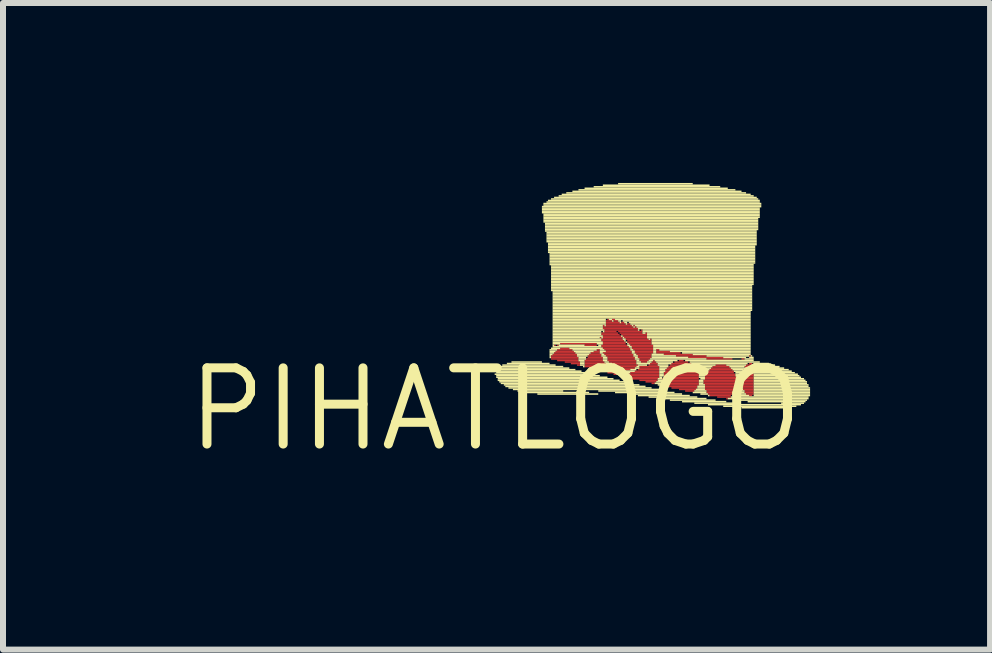
<source format=kicad_pcb>
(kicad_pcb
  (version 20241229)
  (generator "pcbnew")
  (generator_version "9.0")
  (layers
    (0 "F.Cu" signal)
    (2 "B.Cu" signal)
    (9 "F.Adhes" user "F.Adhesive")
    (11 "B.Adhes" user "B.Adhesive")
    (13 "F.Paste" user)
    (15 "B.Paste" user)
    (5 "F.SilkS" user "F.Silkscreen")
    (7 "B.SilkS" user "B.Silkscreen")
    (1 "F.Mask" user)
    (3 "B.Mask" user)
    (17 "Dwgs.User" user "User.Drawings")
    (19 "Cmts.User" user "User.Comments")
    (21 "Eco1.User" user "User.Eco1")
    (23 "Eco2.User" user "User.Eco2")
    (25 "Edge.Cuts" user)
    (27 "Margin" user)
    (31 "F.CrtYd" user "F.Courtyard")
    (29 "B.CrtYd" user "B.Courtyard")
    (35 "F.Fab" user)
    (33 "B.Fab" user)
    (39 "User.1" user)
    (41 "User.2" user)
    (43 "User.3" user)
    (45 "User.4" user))
  (footprint "PIHATLOGO"
    (layer "F.Cu")
    (at 5.208 3.772)
    (property "Reference" "PIHATLOGO" (at 0 0 0) (layer "F.SilkS") (effects (font (size 1.27 1.27) (thickness 0.15))))
    (fp_poly (pts (xy 0.927 -0.876) (xy 1.359 -0.876) (xy 1.359 -0.902) (xy 0.927 -0.902)) (stroke (width 0) (type default)) (fill yes) (layer "F.Cu"))
    (fp_poly (pts (xy 0.927 -0.851) (xy 1.384 -0.851) (xy 1.384 -0.876) (xy 0.927 -0.876)) (stroke (width 0) (type default)) (fill yes) (layer "F.Cu"))
    (fp_poly (pts (xy 0.927 -0.826) (xy 1.384 -0.826) (xy 1.384 -0.851) (xy 0.927 -0.851)) (stroke (width 0) (type default)) (fill yes) (layer "F.Cu"))
    (fp_poly (pts (xy 0.953 -0.902) (xy 1.359 -0.902) (xy 1.359 -0.927) (xy 0.953 -0.927)) (stroke (width 0) (type default)) (fill yes) (layer "F.Cu"))
    (fp_poly (pts (xy 0.978 -1.054) (xy 1.003 -1.054) (xy 1.003 -1.079) (xy 0.978 -1.079)) (stroke (width 0) (type default)) (fill yes) (layer "F.Cu"))
    (fp_poly (pts (xy 0.978 -0.927) (xy 1.333 -0.927) (xy 1.333 -0.953) (xy 0.978 -0.953)) (stroke (width 0) (type default)) (fill yes) (layer "F.Cu"))
    (fp_poly (pts (xy 1.003 -0.953) (xy 1.308 -0.953) (xy 1.308 -0.978) (xy 1.003 -0.978)) (stroke (width 0) (type default)) (fill yes) (layer "F.Cu"))
    (fp_poly (pts (xy 1.029 -1.054) (xy 1.054 -1.054) (xy 1.054 -1.079) (xy 1.029 -1.079)) (stroke (width 0) (type default)) (fill yes) (layer "F.Cu"))
    (fp_poly (pts (xy 1.029 -0.978) (xy 1.283 -0.978) (xy 1.283 -1.003) (xy 1.029 -1.003)) (stroke (width 0) (type default)) (fill yes) (layer "F.Cu"))
    (fp_poly (pts (xy 1.029 -0.8) (xy 1.384 -0.8) (xy 1.384 -0.826) (xy 1.029 -0.826)) (stroke (width 0) (type default)) (fill yes) (layer "F.Cu"))
    (fp_poly (pts (xy 1.079 -1.079) (xy 1.689 -1.079) (xy 1.689 -1.105) (xy 1.079 -1.105)) (stroke (width 0) (type default)) (fill yes) (layer "F.Cu"))
    (fp_poly (pts (xy 1.079 -1.003) (xy 1.232 -1.003) (xy 1.232 -1.029) (xy 1.079 -1.029)) (stroke (width 0) (type default)) (fill yes) (layer "F.Cu"))
    (fp_poly (pts (xy 1.156 -0.775) (xy 1.41 -0.775) (xy 1.41 -0.8) (xy 1.156 -0.8)) (stroke (width 0) (type default)) (fill yes) (layer "F.Cu"))
    (fp_poly (pts (xy 1.257 -0.749) (xy 1.41 -0.749) (xy 1.41 -0.775) (xy 1.257 -0.775)) (stroke (width 0) (type default)) (fill yes) (layer "F.Cu"))
    (fp_poly (pts (xy 1.359 -0.724) (xy 1.41 -0.724) (xy 1.41 -0.749) (xy 1.359 -0.749)) (stroke (width 0) (type default)) (fill yes) (layer "F.Cu"))
    (fp_poly (pts (xy 1.486 -1.054) (xy 1.689 -1.054) (xy 1.689 -1.079) (xy 1.486 -1.079)) (stroke (width 0) (type default)) (fill yes) (layer "F.Cu"))
    (fp_poly (pts (xy 1.486 -0.8) (xy 1.791 -0.8) (xy 1.791 -0.826) (xy 1.486 -0.826)) (stroke (width 0) (type default)) (fill yes) (layer "F.Cu"))
    (fp_poly (pts (xy 1.486 -0.775) (xy 1.816 -0.775) (xy 1.816 -0.8) (xy 1.486 -0.8)) (stroke (width 0) (type default)) (fill yes) (layer "F.Cu"))
    (fp_poly (pts (xy 1.486 -0.749) (xy 1.841 -0.749) (xy 1.841 -0.775) (xy 1.486 -0.775)) (stroke (width 0) (type default)) (fill yes) (layer "F.Cu"))
    (fp_poly (pts (xy 1.486 -0.724) (xy 1.867 -0.724) (xy 1.867 -0.749) (xy 1.486 -0.749)) (stroke (width 0) (type default)) (fill yes) (layer "F.Cu"))
    (fp_poly (pts (xy 1.486 -0.699) (xy 1.867 -0.699) (xy 1.867 -0.724) (xy 1.486 -0.724)) (stroke (width 0) (type default)) (fill yes) (layer "F.Cu"))
    (fp_poly (pts (xy 1.511 -0.826) (xy 1.791 -0.826) (xy 1.791 -0.851) (xy 1.511 -0.851)) (stroke (width 0) (type default)) (fill yes) (layer "F.Cu"))
    (fp_poly (pts (xy 1.537 -0.876) (xy 1.765 -0.876) (xy 1.765 -0.902) (xy 1.537 -0.902)) (stroke (width 0) (type default)) (fill yes) (layer "F.Cu"))
    (fp_poly (pts (xy 1.537 -0.851) (xy 1.791 -0.851) (xy 1.791 -0.876) (xy 1.537 -0.876)) (stroke (width 0) (type default)) (fill yes) (layer "F.Cu"))
    (fp_poly (pts (xy 1.562 -0.902) (xy 1.765 -0.902) (xy 1.765 -0.927) (xy 1.562 -0.927)) (stroke (width 0) (type default)) (fill yes) (layer "F.Cu"))
    (fp_poly (pts (xy 1.562 -0.673) (xy 1.892 -0.673) (xy 1.892 -0.699) (xy 1.562 -0.699)) (stroke (width 0) (type default)) (fill yes) (layer "F.Cu"))
    (fp_poly (pts (xy 1.587 -0.927) (xy 1.74 -0.927) (xy 1.74 -0.953) (xy 1.587 -0.953)) (stroke (width 0) (type default)) (fill yes) (layer "F.Cu"))
    (fp_poly (pts (xy 1.638 -0.953) (xy 1.74 -0.953) (xy 1.74 -0.978) (xy 1.638 -0.978)) (stroke (width 0) (type default)) (fill yes) (layer "F.Cu"))
    (fp_poly (pts (xy 1.664 -0.648) (xy 1.943 -0.648) (xy 1.943 -0.673) (xy 1.664 -0.673)) (stroke (width 0) (type default)) (fill yes) (layer "F.Cu"))
    (fp_poly (pts (xy 1.689 -0.978) (xy 1.74 -0.978) (xy 1.74 -1.003) (xy 1.689 -1.003)) (stroke (width 0) (type default)) (fill yes) (layer "F.Cu"))
    (fp_poly (pts (xy 1.74 -1.181) (xy 1.765 -1.181) (xy 1.765 -1.206) (xy 1.74 -1.206)) (stroke (width 0) (type default)) (fill yes) (layer "F.Cu"))
    (fp_poly (pts (xy 1.765 -1.257) (xy 2.045 -1.257) (xy 2.045 -1.283) (xy 1.765 -1.283)) (stroke (width 0) (type default)) (fill yes) (layer "F.Cu"))
    (fp_poly (pts (xy 1.765 -1.232) (xy 2.07 -1.232) (xy 2.07 -1.257) (xy 1.765 -1.257)) (stroke (width 0) (type default)) (fill yes) (layer "F.Cu"))
    (fp_poly (pts (xy 1.765 -1.156) (xy 2.121 -1.156) (xy 2.121 -1.181) (xy 1.765 -1.181)) (stroke (width 0) (type default)) (fill yes) (layer "F.Cu"))
    (fp_poly (pts (xy 1.765 -1.13) (xy 2.146 -1.13) (xy 2.146 -1.156) (xy 1.765 -1.156)) (stroke (width 0) (type default)) (fill yes) (layer "F.Cu"))
    (fp_poly (pts (xy 1.765 -1.054) (xy 2.197 -1.054) (xy 2.197 -1.079) (xy 1.765 -1.079)) (stroke (width 0) (type default)) (fill yes) (layer "F.Cu"))
    (fp_poly (pts (xy 1.765 -1.029) (xy 2.223 -1.029) (xy 2.223 -1.054) (xy 1.765 -1.054)) (stroke (width 0) (type default)) (fill yes) (layer "F.Cu"))
    (fp_poly (pts (xy 1.765 -0.622) (xy 1.994 -0.622) (xy 1.994 -0.648) (xy 1.765 -0.648)) (stroke (width 0) (type default)) (fill yes) (layer "F.Cu"))
    (fp_poly (pts (xy 1.791 -1.384) (xy 1.816 -1.384) (xy 1.816 -1.41) (xy 1.791 -1.41)) (stroke (width 0) (type default)) (fill yes) (layer "F.Cu"))
    (fp_poly (pts (xy 1.791 -1.359) (xy 2.299 -1.359) (xy 2.299 -1.384) (xy 1.791 -1.384)) (stroke (width 0) (type default)) (fill yes) (layer "F.Cu"))
    (fp_poly (pts (xy 1.791 -1.333) (xy 2.375 -1.333) (xy 2.375 -1.359) (xy 1.791 -1.359)) (stroke (width 0) (type default)) (fill yes) (layer "F.Cu"))
    (fp_poly (pts (xy 1.791 -1.206) (xy 2.095 -1.206) (xy 2.095 -1.232) (xy 1.791 -1.232)) (stroke (width 0) (type default)) (fill yes) (layer "F.Cu"))
    (fp_poly (pts (xy 1.791 -1.181) (xy 2.121 -1.181) (xy 2.121 -1.206) (xy 1.791 -1.206)) (stroke (width 0) (type default)) (fill yes) (layer "F.Cu"))
    (fp_poly (pts (xy 1.791 -1.105) (xy 2.172 -1.105) (xy 2.172 -1.13) (xy 1.791 -1.13)) (stroke (width 0) (type default)) (fill yes) (layer "F.Cu"))
    (fp_poly (pts (xy 1.791 -1.079) (xy 2.172 -1.079) (xy 2.172 -1.105) (xy 1.791 -1.105)) (stroke (width 0) (type default)) (fill yes) (layer "F.Cu"))
    (fp_poly (pts (xy 1.791 -1.003) (xy 2.248 -1.003) (xy 2.248 -1.029) (xy 1.791 -1.029)) (stroke (width 0) (type default)) (fill yes) (layer "F.Cu"))
    (fp_poly (pts (xy 1.791 -0.927) (xy 2.273 -0.927) (xy 2.273 -0.953) (xy 1.791 -0.953)) (stroke (width 0) (type default)) (fill yes) (layer "F.Cu"))
    (fp_poly (pts (xy 1.816 -1.308) (xy 2.375 -1.308) (xy 2.375 -1.333) (xy 1.816 -1.333)) (stroke (width 0) (type default)) (fill yes) (layer "F.Cu"))
    (fp_poly (pts (xy 1.816 -1.283) (xy 2.019 -1.283) (xy 2.019 -1.308) (xy 1.816 -1.308)) (stroke (width 0) (type default)) (fill yes) (layer "F.Cu"))
    (fp_poly (pts (xy 1.816 -0.978) (xy 2.248 -0.978) (xy 2.248 -1.003) (xy 1.816 -1.003)) (stroke (width 0) (type default)) (fill yes) (layer "F.Cu"))
    (fp_poly (pts (xy 1.816 -0.902) (xy 2.299 -0.902) (xy 2.299 -0.927) (xy 1.816 -0.927)) (stroke (width 0) (type default)) (fill yes) (layer "F.Cu"))
    (fp_poly (pts (xy 1.841 -1.46) (xy 1.943 -1.46) (xy 1.943 -1.486) (xy 1.841 -1.486)) (stroke (width 0) (type default)) (fill yes) (layer "F.Cu"))
    (fp_poly (pts (xy 1.841 -1.435) (xy 2.07 -1.435) (xy 2.07 -1.46) (xy 1.841 -1.46)) (stroke (width 0) (type default)) (fill yes) (layer "F.Cu"))
    (fp_poly (pts (xy 1.841 -1.41) (xy 2.172 -1.41) (xy 2.172 -1.435) (xy 1.841 -1.435)) (stroke (width 0) (type default)) (fill yes) (layer "F.Cu"))
    (fp_poly (pts (xy 1.841 -1.384) (xy 2.273 -1.384) (xy 2.273 -1.41) (xy 1.841 -1.41)) (stroke (width 0) (type default)) (fill yes) (layer "F.Cu"))
    (fp_poly (pts (xy 1.841 -0.953) (xy 2.273 -0.953) (xy 2.273 -0.978) (xy 1.841 -0.978)) (stroke (width 0) (type default)) (fill yes) (layer "F.Cu"))
    (fp_poly (pts (xy 1.841 -0.876) (xy 2.299 -0.876) (xy 2.299 -0.902) (xy 1.841 -0.902)) (stroke (width 0) (type default)) (fill yes) (layer "F.Cu"))
    (fp_poly (pts (xy 1.867 -1.486) (xy 1.892 -1.486) (xy 1.892 -1.511) (xy 1.867 -1.511)) (stroke (width 0) (type default)) (fill yes) (layer "F.Cu"))
    (fp_poly (pts (xy 1.867 -0.851) (xy 2.324 -0.851) (xy 2.324 -0.876) (xy 1.867 -0.876)) (stroke (width 0) (type default)) (fill yes) (layer "F.Cu"))
    (fp_poly (pts (xy 1.867 -0.826) (xy 2.324 -0.826) (xy 2.324 -0.851) (xy 1.867 -0.851)) (stroke (width 0) (type default)) (fill yes) (layer "F.Cu"))
    (fp_poly (pts (xy 1.867 -0.8) (xy 2.349 -0.8) (xy 2.349 -0.826) (xy 1.867 -0.826)) (stroke (width 0) (type default)) (fill yes) (layer "F.Cu"))
    (fp_poly (pts (xy 1.867 -0.597) (xy 2.045 -0.597) (xy 2.045 -0.622) (xy 1.867 -0.622)) (stroke (width 0) (type default)) (fill yes) (layer "F.Cu"))
    (fp_poly (pts (xy 1.892 -0.775) (xy 2.349 -0.775) (xy 2.349 -0.8) (xy 1.892 -0.8)) (stroke (width 0) (type default)) (fill yes) (layer "F.Cu"))
    (fp_poly (pts (xy 1.943 -1.486) (xy 1.994 -1.486) (xy 1.994 -1.511) (xy 1.943 -1.511)) (stroke (width 0) (type default)) (fill yes) (layer "F.Cu"))
    (fp_poly (pts (xy 1.943 -0.749) (xy 2.349 -0.749) (xy 2.349 -0.775) (xy 1.943 -0.775)) (stroke (width 0) (type default)) (fill yes) (layer "F.Cu"))
    (fp_poly (pts (xy 1.943 -0.699) (xy 2.349 -0.699) (xy 2.349 -0.724) (xy 1.943 -0.724)) (stroke (width 0) (type default)) (fill yes) (layer "F.Cu"))
    (fp_poly (pts (xy 1.968 -1.46) (xy 2.045 -1.46) (xy 2.045 -1.486) (xy 1.968 -1.486)) (stroke (width 0) (type default)) (fill yes) (layer "F.Cu"))
    (fp_poly (pts (xy 1.968 -0.724) (xy 2.375 -0.724) (xy 2.375 -0.749) (xy 1.968 -0.749)) (stroke (width 0) (type default)) (fill yes) (layer "F.Cu"))
    (fp_poly (pts (xy 1.968 -0.572) (xy 2.019 -0.572) (xy 2.019 -0.597) (xy 1.968 -0.597)) (stroke (width 0) (type default)) (fill yes) (layer "F.Cu"))
    (fp_poly (pts (xy 2.019 -0.673) (xy 2.324 -0.673) (xy 2.324 -0.699) (xy 2.019 -0.699)) (stroke (width 0) (type default)) (fill yes) (layer "F.Cu"))
    (fp_poly (pts (xy 2.045 -1.283) (xy 2.451 -1.283) (xy 2.451 -1.308) (xy 2.045 -1.308)) (stroke (width 0) (type default)) (fill yes) (layer "F.Cu"))
    (fp_poly (pts (xy 2.07 -1.257) (xy 2.451 -1.257) (xy 2.451 -1.283) (xy 2.07 -1.283)) (stroke (width 0) (type default)) (fill yes) (layer "F.Cu"))
    (fp_poly (pts (xy 2.07 -0.648) (xy 2.248 -0.648) (xy 2.248 -0.673) (xy 2.07 -0.673)) (stroke (width 0) (type default)) (fill yes) (layer "F.Cu"))
    (fp_poly (pts (xy 2.095 -1.435) (xy 2.146 -1.435) (xy 2.146 -1.46) (xy 2.095 -1.46)) (stroke (width 0) (type default)) (fill yes) (layer "F.Cu"))
    (fp_poly (pts (xy 2.095 -1.232) (xy 2.527 -1.232) (xy 2.527 -1.257) (xy 2.095 -1.257)) (stroke (width 0) (type default)) (fill yes) (layer "F.Cu"))
    (fp_poly (pts (xy 2.121 -1.206) (xy 2.527 -1.206) (xy 2.527 -1.232) (xy 2.121 -1.232)) (stroke (width 0) (type default)) (fill yes) (layer "F.Cu"))
    (fp_poly (pts (xy 2.121 -0.572) (xy 2.731 -0.572) (xy 2.731 -0.597) (xy 2.121 -0.597)) (stroke (width 0) (type default)) (fill yes) (layer "F.Cu"))
    (fp_poly (pts (xy 2.146 -1.181) (xy 2.527 -1.181) (xy 2.527 -1.206) (xy 2.146 -1.206)) (stroke (width 0) (type default)) (fill yes) (layer "F.Cu"))
    (fp_poly (pts (xy 2.146 -0.546) (xy 2.731 -0.546) (xy 2.731 -0.572) (xy 2.146 -0.572)) (stroke (width 0) (type default)) (fill yes) (layer "F.Cu"))
    (fp_poly (pts (xy 2.172 -1.156) (xy 2.553 -1.156) (xy 2.553 -1.181) (xy 2.172 -1.181)) (stroke (width 0) (type default)) (fill yes) (layer "F.Cu"))
    (fp_poly (pts (xy 2.172 -0.521) (xy 2.731 -0.521) (xy 2.731 -0.546) (xy 2.172 -0.546)) (stroke (width 0) (type default)) (fill yes) (layer "F.Cu"))
    (fp_poly (pts (xy 2.197 -1.41) (xy 2.248 -1.41) (xy 2.248 -1.435) (xy 2.197 -1.435)) (stroke (width 0) (type default)) (fill yes) (layer "F.Cu"))
    (fp_poly (pts (xy 2.197 -1.13) (xy 2.603 -1.13) (xy 2.603 -1.156) (xy 2.197 -1.156)) (stroke (width 0) (type default)) (fill yes) (layer "F.Cu"))
    (fp_poly (pts (xy 2.197 -1.105) (xy 2.603 -1.105) (xy 2.603 -1.13) (xy 2.197 -1.13)) (stroke (width 0) (type default)) (fill yes) (layer "F.Cu"))
    (fp_poly (pts (xy 2.223 -1.079) (xy 2.603 -1.079) (xy 2.603 -1.105) (xy 2.223 -1.105)) (stroke (width 0) (type default)) (fill yes) (layer "F.Cu"))
    (fp_poly (pts (xy 2.248 -1.054) (xy 2.629 -1.054) (xy 2.629 -1.079) (xy 2.248 -1.079)) (stroke (width 0) (type default)) (fill yes) (layer "F.Cu"))
    (fp_poly (pts (xy 2.248 -0.597) (xy 2.731 -0.597) (xy 2.731 -0.622) (xy 2.248 -0.622)) (stroke (width 0) (type default)) (fill yes) (layer "F.Cu"))
    (fp_poly (pts (xy 2.273 -1.029) (xy 2.629 -1.029) (xy 2.629 -1.054) (xy 2.273 -1.054)) (stroke (width 0) (type default)) (fill yes) (layer "F.Cu"))
    (fp_poly (pts (xy 2.273 -1.003) (xy 2.629 -1.003) (xy 2.629 -1.029) (xy 2.273 -1.029)) (stroke (width 0) (type default)) (fill yes) (layer "F.Cu"))
    (fp_poly (pts (xy 2.273 -0.495) (xy 2.705 -0.495) (xy 2.705 -0.521) (xy 2.273 -0.521)) (stroke (width 0) (type default)) (fill yes) (layer "F.Cu"))
    (fp_poly (pts (xy 2.299 -1.384) (xy 2.324 -1.384) (xy 2.324 -1.41) (xy 2.299 -1.41)) (stroke (width 0) (type default)) (fill yes) (layer "F.Cu"))
    (fp_poly (pts (xy 2.299 -0.978) (xy 2.629 -0.978) (xy 2.629 -1.003) (xy 2.299 -1.003)) (stroke (width 0) (type default)) (fill yes) (layer "F.Cu"))
    (fp_poly (pts (xy 2.324 -1.359) (xy 2.349 -1.359) (xy 2.349 -1.384) (xy 2.324 -1.384)) (stroke (width 0) (type default)) (fill yes) (layer "F.Cu"))
    (fp_poly (pts (xy 2.324 -0.953) (xy 2.629 -0.953) (xy 2.629 -0.978) (xy 2.324 -0.978)) (stroke (width 0) (type default)) (fill yes) (layer "F.Cu"))
    (fp_poly (pts (xy 2.324 -0.927) (xy 2.629 -0.927) (xy 2.629 -0.953) (xy 2.324 -0.953)) (stroke (width 0) (type default)) (fill yes) (layer "F.Cu"))
    (fp_poly (pts (xy 2.324 -0.622) (xy 2.731 -0.622) (xy 2.731 -0.648) (xy 2.324 -0.648)) (stroke (width 0) (type default)) (fill yes) (layer "F.Cu"))
    (fp_poly (pts (xy 2.349 -0.902) (xy 2.603 -0.902) (xy 2.603 -0.927) (xy 2.349 -0.927)) (stroke (width 0) (type default)) (fill yes) (layer "F.Cu"))
    (fp_poly (pts (xy 2.375 -0.876) (xy 2.603 -0.876) (xy 2.603 -0.902) (xy 2.375 -0.902)) (stroke (width 0) (type default)) (fill yes) (layer "F.Cu"))
    (fp_poly (pts (xy 2.375 -0.851) (xy 2.603 -0.851) (xy 2.603 -0.876) (xy 2.375 -0.876)) (stroke (width 0) (type default)) (fill yes) (layer "F.Cu"))
    (fp_poly (pts (xy 2.375 -0.648) (xy 2.731 -0.648) (xy 2.731 -0.673) (xy 2.375 -0.673)) (stroke (width 0) (type default)) (fill yes) (layer "F.Cu"))
    (fp_poly (pts (xy 2.4 -0.826) (xy 2.578 -0.826) (xy 2.578 -0.851) (xy 2.4 -0.851)) (stroke (width 0) (type default)) (fill yes) (layer "F.Cu"))
    (fp_poly (pts (xy 2.4 -0.8) (xy 2.553 -0.8) (xy 2.553 -0.826) (xy 2.4 -0.826)) (stroke (width 0) (type default)) (fill yes) (layer "F.Cu"))
    (fp_poly (pts (xy 2.4 -0.699) (xy 2.731 -0.699) (xy 2.731 -0.724) (xy 2.4 -0.724)) (stroke (width 0) (type default)) (fill yes) (layer "F.Cu"))
    (fp_poly (pts (xy 2.4 -0.673) (xy 2.731 -0.673) (xy 2.731 -0.699) (xy 2.4 -0.699)) (stroke (width 0) (type default)) (fill yes) (layer "F.Cu"))
    (fp_poly (pts (xy 2.4 -0.47) (xy 2.705 -0.47) (xy 2.705 -0.495) (xy 2.4 -0.495)) (stroke (width 0) (type default)) (fill yes) (layer "F.Cu"))
    (fp_poly (pts (xy 2.426 -1.308) (xy 2.451 -1.308) (xy 2.451 -1.333) (xy 2.426 -1.333)) (stroke (width 0) (type default)) (fill yes) (layer "F.Cu"))
    (fp_poly (pts (xy 2.426 -0.775) (xy 2.527 -0.775) (xy 2.527 -0.8) (xy 2.426 -0.8)) (stroke (width 0) (type default)) (fill yes) (layer "F.Cu"))
    (fp_poly (pts (xy 2.502 -1.257) (xy 2.527 -1.257) (xy 2.527 -1.283) (xy 2.502 -1.283)) (stroke (width 0) (type default)) (fill yes) (layer "F.Cu"))
    (fp_poly (pts (xy 2.502 -0.445) (xy 2.68 -0.445) (xy 2.68 -0.47) (xy 2.502 -0.47)) (stroke (width 0) (type default)) (fill yes) (layer "F.Cu"))
    (fp_poly (pts (xy 2.553 -0.724) (xy 2.705 -0.724) (xy 2.705 -0.749) (xy 2.553 -0.749)) (stroke (width 0) (type default)) (fill yes) (layer "F.Cu"))
    (fp_poly (pts (xy 2.578 -1.156) (xy 2.603 -1.156) (xy 2.603 -1.181) (xy 2.578 -1.181)) (stroke (width 0) (type default)) (fill yes) (layer "F.Cu"))
    (fp_poly (pts (xy 2.578 -0.749) (xy 2.705 -0.749) (xy 2.705 -0.775) (xy 2.578 -0.775)) (stroke (width 0) (type default)) (fill yes) (layer "F.Cu"))
    (fp_poly (pts (xy 2.603 -0.775) (xy 2.68 -0.775) (xy 2.68 -0.8) (xy 2.603 -0.8)) (stroke (width 0) (type default)) (fill yes) (layer "F.Cu"))
    (fp_poly (pts (xy 2.603 -0.419) (xy 2.654 -0.419) (xy 2.654 -0.445) (xy 2.603 -0.445)) (stroke (width 0) (type default)) (fill yes) (layer "F.Cu"))
    (fp_poly (pts (xy 2.629 -0.8) (xy 2.654 -0.8) (xy 2.654 -0.826) (xy 2.629 -0.826)) (stroke (width 0) (type default)) (fill yes) (layer "F.Cu"))
    (fp_poly (pts (xy 2.68 -0.978) (xy 2.731 -0.978) (xy 2.731 -1.003) (xy 2.68 -1.003)) (stroke (width 0) (type default)) (fill yes) (layer "F.Cu"))
    (fp_poly (pts (xy 2.68 -0.953) (xy 2.908 -0.953) (xy 2.908 -0.978) (xy 2.68 -0.978)) (stroke (width 0) (type default)) (fill yes) (layer "F.Cu"))
    (fp_poly (pts (xy 2.68 -0.927) (xy 3.086 -0.927) (xy 3.086 -0.953) (xy 2.68 -0.953)) (stroke (width 0) (type default)) (fill yes) (layer "F.Cu"))
    (fp_poly (pts (xy 2.781 -0.495) (xy 3.391 -0.495) (xy 3.391 -0.521) (xy 2.781 -0.521)) (stroke (width 0) (type default)) (fill yes) (layer "F.Cu"))
    (fp_poly (pts (xy 2.807 -0.902) (xy 3.289 -0.902) (xy 3.289 -0.927) (xy 2.807 -0.927)) (stroke (width 0) (type default)) (fill yes) (layer "F.Cu"))
    (fp_poly (pts (xy 2.807 -0.597) (xy 3.391 -0.597) (xy 3.391 -0.622) (xy 2.807 -0.622)) (stroke (width 0) (type default)) (fill yes) (layer "F.Cu"))
    (fp_poly (pts (xy 2.807 -0.572) (xy 3.391 -0.572) (xy 3.391 -0.597) (xy 2.807 -0.597)) (stroke (width 0) (type default)) (fill yes) (layer "F.Cu"))
    (fp_poly (pts (xy 2.807 -0.546) (xy 3.391 -0.546) (xy 3.391 -0.572) (xy 2.807 -0.572)) (stroke (width 0) (type default)) (fill yes) (layer "F.Cu"))
    (fp_poly (pts (xy 2.807 -0.521) (xy 3.391 -0.521) (xy 3.391 -0.546) (xy 2.807 -0.546)) (stroke (width 0) (type default)) (fill yes) (layer "F.Cu"))
    (fp_poly (pts (xy 2.807 -0.47) (xy 3.391 -0.47) (xy 3.391 -0.495) (xy 2.807 -0.495)) (stroke (width 0) (type default)) (fill yes) (layer "F.Cu"))
    (fp_poly (pts (xy 2.807 -0.445) (xy 3.391 -0.445) (xy 3.391 -0.47) (xy 2.807 -0.47)) (stroke (width 0) (type default)) (fill yes) (layer "F.Cu"))
    (fp_poly (pts (xy 2.807 -0.419) (xy 3.391 -0.419) (xy 3.391 -0.445) (xy 2.807 -0.445)) (stroke (width 0) (type default)) (fill yes) (layer "F.Cu"))
    (fp_poly (pts (xy 2.807 -0.394) (xy 3.391 -0.394) (xy 3.391 -0.419) (xy 2.807 -0.419)) (stroke (width 0) (type default)) (fill yes) (layer "F.Cu"))
    (fp_poly (pts (xy 2.832 -0.648) (xy 3.365 -0.648) (xy 3.365 -0.673) (xy 2.832 -0.673)) (stroke (width 0) (type default)) (fill yes) (layer "F.Cu"))
    (fp_poly (pts (xy 2.832 -0.622) (xy 3.365 -0.622) (xy 3.365 -0.648) (xy 2.832 -0.648)) (stroke (width 0) (type default)) (fill yes) (layer "F.Cu"))
    (fp_poly (pts (xy 2.832 -0.368) (xy 3.365 -0.368) (xy 3.365 -0.394) (xy 2.832 -0.394)) (stroke (width 0) (type default)) (fill yes) (layer "F.Cu"))
    (fp_poly (pts (xy 2.857 -0.673) (xy 3.34 -0.673) (xy 3.34 -0.699) (xy 2.857 -0.699)) (stroke (width 0) (type default)) (fill yes) (layer "F.Cu"))
    (fp_poly (pts (xy 2.883 -0.699) (xy 3.315 -0.699) (xy 3.315 -0.724) (xy 2.883 -0.724)) (stroke (width 0) (type default)) (fill yes) (layer "F.Cu"))
    (fp_poly (pts (xy 2.908 -0.724) (xy 3.289 -0.724) (xy 3.289 -0.749) (xy 2.908 -0.749)) (stroke (width 0) (type default)) (fill yes) (layer "F.Cu"))
    (fp_poly (pts (xy 2.934 -0.749) (xy 3.264 -0.749) (xy 3.264 -0.775) (xy 2.934 -0.775)) (stroke (width 0) (type default)) (fill yes) (layer "F.Cu"))
    (fp_poly (pts (xy 2.934 -0.343) (xy 3.365 -0.343) (xy 3.365 -0.368) (xy 2.934 -0.368)) (stroke (width 0) (type default)) (fill yes) (layer "F.Cu"))
    (fp_poly (pts (xy 2.985 -0.775) (xy 3.213 -0.775) (xy 3.213 -0.8) (xy 2.985 -0.8)) (stroke (width 0) (type default)) (fill yes) (layer "F.Cu"))
    (fp_poly (pts (xy 3.01 -0.876) (xy 3.518 -0.876) (xy 3.518 -0.902) (xy 3.01 -0.902)) (stroke (width 0) (type default)) (fill yes) (layer "F.Cu"))
    (fp_poly (pts (xy 3.061 -0.8) (xy 3.137 -0.8) (xy 3.137 -0.826) (xy 3.061 -0.826)) (stroke (width 0) (type default)) (fill yes) (layer "F.Cu"))
    (fp_poly (pts (xy 3.061 -0.318) (xy 3.34 -0.318) (xy 3.34 -0.343) (xy 3.061 -0.343)) (stroke (width 0) (type default)) (fill yes) (layer "F.Cu"))
    (fp_poly (pts (xy 3.162 -0.292) (xy 3.315 -0.292) (xy 3.315 -0.318) (xy 3.162 -0.318)) (stroke (width 0) (type default)) (fill yes) (layer "F.Cu"))
    (fp_poly (pts (xy 3.213 -0.851) (xy 3.797 -0.851) (xy 3.797 -0.876) (xy 3.213 -0.876)) (stroke (width 0) (type default)) (fill yes) (layer "F.Cu"))
    (fp_poly (pts (xy 3.467 -0.47) (xy 4.026 -0.47) (xy 4.026 -0.495) (xy 3.467 -0.495)) (stroke (width 0) (type default)) (fill yes) (layer "F.Cu"))
    (fp_poly (pts (xy 3.467 -0.445) (xy 4.026 -0.445) (xy 4.026 -0.47) (xy 3.467 -0.47)) (stroke (width 0) (type default)) (fill yes) (layer "F.Cu"))
    (fp_poly (pts (xy 3.467 -0.419) (xy 4.026 -0.419) (xy 4.026 -0.445) (xy 3.467 -0.445)) (stroke (width 0) (type default)) (fill yes) (layer "F.Cu"))
    (fp_poly (pts (xy 3.493 -0.546) (xy 4 -0.546) (xy 4 -0.572) (xy 3.493 -0.572)) (stroke (width 0) (type default)) (fill yes) (layer "F.Cu"))
    (fp_poly (pts (xy 3.493 -0.521) (xy 4.026 -0.521) (xy 4.026 -0.546) (xy 3.493 -0.546)) (stroke (width 0) (type default)) (fill yes) (layer "F.Cu"))
    (fp_poly (pts (xy 3.493 -0.495) (xy 4.026 -0.495) (xy 4.026 -0.521) (xy 3.493 -0.521)) (stroke (width 0) (type default)) (fill yes) (layer "F.Cu"))
    (fp_poly (pts (xy 3.493 -0.394) (xy 4.026 -0.394) (xy 4.026 -0.419) (xy 3.493 -0.419)) (stroke (width 0) (type default)) (fill yes) (layer "F.Cu"))
    (fp_poly (pts (xy 3.493 -0.368) (xy 4.026 -0.368) (xy 4.026 -0.394) (xy 3.493 -0.394)) (stroke (width 0) (type default)) (fill yes) (layer "F.Cu"))
    (fp_poly (pts (xy 3.493 -0.343) (xy 4.026 -0.343) (xy 4.026 -0.368) (xy 3.493 -0.368)) (stroke (width 0) (type default)) (fill yes) (layer "F.Cu"))
    (fp_poly (pts (xy 3.493 -0.318) (xy 4 -0.318) (xy 4 -0.343) (xy 3.493 -0.343)) (stroke (width 0) (type default)) (fill yes) (layer "F.Cu"))
    (fp_poly (pts (xy 3.518 -0.826) (xy 3.95 -0.826) (xy 3.95 -0.851) (xy 3.518 -0.851)) (stroke (width 0) (type default)) (fill yes) (layer "F.Cu"))
    (fp_poly (pts (xy 3.518 -0.597) (xy 3.975 -0.597) (xy 3.975 -0.622) (xy 3.518 -0.622)) (stroke (width 0) (type default)) (fill yes) (layer "F.Cu"))
    (fp_poly (pts (xy 3.518 -0.572) (xy 4 -0.572) (xy 4 -0.597) (xy 3.518 -0.597)) (stroke (width 0) (type default)) (fill yes) (layer "F.Cu"))
    (fp_poly (pts (xy 3.518 -0.292) (xy 4 -0.292) (xy 4 -0.318) (xy 3.518 -0.318)) (stroke (width 0) (type default)) (fill yes) (layer "F.Cu"))
    (fp_poly (pts (xy 3.518 -0.267) (xy 3.975 -0.267) (xy 3.975 -0.292) (xy 3.518 -0.292)) (stroke (width 0) (type default)) (fill yes) (layer "F.Cu"))
    (fp_poly (pts (xy 3.543 -0.622) (xy 3.975 -0.622) (xy 3.975 -0.648) (xy 3.543 -0.648)) (stroke (width 0) (type default)) (fill yes) (layer "F.Cu"))
    (fp_poly (pts (xy 3.543 -0.241) (xy 3.95 -0.241) (xy 3.95 -0.267) (xy 3.543 -0.267)) (stroke (width 0) (type default)) (fill yes) (layer "F.Cu"))
    (fp_poly (pts (xy 3.569 -0.648) (xy 3.95 -0.648) (xy 3.95 -0.673) (xy 3.569 -0.673)) (stroke (width 0) (type default)) (fill yes) (layer "F.Cu"))
    (fp_poly (pts (xy 3.569 -0.216) (xy 3.924 -0.216) (xy 3.924 -0.241) (xy 3.569 -0.241)) (stroke (width 0) (type default)) (fill yes) (layer "F.Cu"))
    (fp_poly (pts (xy 3.594 -0.673) (xy 3.924 -0.673) (xy 3.924 -0.699) (xy 3.594 -0.699)) (stroke (width 0) (type default)) (fill yes) (layer "F.Cu"))
    (fp_poly (pts (xy 3.619 -0.699) (xy 3.899 -0.699) (xy 3.899 -0.724) (xy 3.619 -0.724)) (stroke (width 0) (type default)) (fill yes) (layer "F.Cu"))
    (fp_poly (pts (xy 3.67 -0.724) (xy 3.848 -0.724) (xy 3.848 -0.749) (xy 3.67 -0.749)) (stroke (width 0) (type default)) (fill yes) (layer "F.Cu"))
    (fp_poly (pts (xy 3.696 -0.191) (xy 3.924 -0.191) (xy 3.924 -0.216) (xy 3.696 -0.216)) (stroke (width 0) (type default)) (fill yes) (layer "F.Cu"))
    (fp_poly (pts (xy 3.848 -0.165) (xy 3.873 -0.165) (xy 3.873 -0.191) (xy 3.848 -0.191)) (stroke (width 0) (type default)) (fill yes) (layer "F.Cu"))
    (fp_poly (pts (xy 4.102 -0.826) (xy 4.153 -0.826) (xy 4.153 -0.851) (xy 4.102 -0.851)) (stroke (width 0) (type default)) (fill yes) (layer "F.Cu"))
    (fp_poly (pts (xy 4.102 -0.597) (xy 4.305 -0.597) (xy 4.305 -0.622) (xy 4.102 -0.622)) (stroke (width 0) (type default)) (fill yes) (layer "F.Cu"))
    (fp_poly (pts (xy 4.102 -0.572) (xy 4.305 -0.572) (xy 4.305 -0.597) (xy 4.102 -0.597)) (stroke (width 0) (type default)) (fill yes) (layer "F.Cu"))
    (fp_poly (pts (xy 4.102 -0.546) (xy 4.305 -0.546) (xy 4.305 -0.572) (xy 4.102 -0.572)) (stroke (width 0) (type default)) (fill yes) (layer "F.Cu"))
    (fp_poly (pts (xy 4.102 -0.521) (xy 4.305 -0.521) (xy 4.305 -0.546) (xy 4.102 -0.546)) (stroke (width 0) (type default)) (fill yes) (layer "F.Cu"))
    (fp_poly (pts (xy 4.102 -0.495) (xy 4.305 -0.495) (xy 4.305 -0.521) (xy 4.102 -0.521)) (stroke (width 0) (type default)) (fill yes) (layer "F.Cu"))
    (fp_poly (pts (xy 4.102 -0.47) (xy 4.305 -0.47) (xy 4.305 -0.495) (xy 4.102 -0.495)) (stroke (width 0) (type default)) (fill yes) (layer "F.Cu"))
    (fp_poly (pts (xy 4.102 -0.445) (xy 4.305 -0.445) (xy 4.305 -0.47) (xy 4.102 -0.47)) (stroke (width 0) (type default)) (fill yes) (layer "F.Cu"))
    (fp_poly (pts (xy 4.102 -0.419) (xy 4.305 -0.419) (xy 4.305 -0.445) (xy 4.102 -0.445)) (stroke (width 0) (type default)) (fill yes) (layer "F.Cu"))
    (fp_poly (pts (xy 4.102 -0.394) (xy 4.305 -0.394) (xy 4.305 -0.419) (xy 4.102 -0.419)) (stroke (width 0) (type default)) (fill yes) (layer "F.Cu"))
    (fp_poly (pts (xy 4.102 -0.368) (xy 4.305 -0.368) (xy 4.305 -0.394) (xy 4.102 -0.394)) (stroke (width 0) (type default)) (fill yes) (layer "F.Cu"))
    (fp_poly (pts (xy 4.128 -0.648) (xy 4.305 -0.648) (xy 4.305 -0.673) (xy 4.128 -0.673)) (stroke (width 0) (type default)) (fill yes) (layer "F.Cu"))
    (fp_poly (pts (xy 4.128 -0.622) (xy 4.305 -0.622) (xy 4.305 -0.648) (xy 4.128 -0.648)) (stroke (width 0) (type default)) (fill yes) (layer "F.Cu"))
    (fp_poly (pts (xy 4.128 -0.343) (xy 4.305 -0.343) (xy 4.305 -0.368) (xy 4.128 -0.368)) (stroke (width 0) (type default)) (fill yes) (layer "F.Cu"))
    (fp_poly (pts (xy 4.128 -0.318) (xy 4.305 -0.318) (xy 4.305 -0.343) (xy 4.128 -0.343)) (stroke (width 0) (type default)) (fill yes) (layer "F.Cu"))
    (fp_poly (pts (xy 4.153 -0.699) (xy 4.305 -0.699) (xy 4.305 -0.724) (xy 4.153 -0.724)) (stroke (width 0) (type default)) (fill yes) (layer "F.Cu"))
    (fp_poly (pts (xy 4.153 -0.673) (xy 4.305 -0.673) (xy 4.305 -0.699) (xy 4.153 -0.699)) (stroke (width 0) (type default)) (fill yes) (layer "F.Cu"))
    (fp_poly (pts (xy 4.153 -0.292) (xy 4.305 -0.292) (xy 4.305 -0.318) (xy 4.153 -0.318)) (stroke (width 0) (type default)) (fill yes) (layer "F.Cu"))
    (fp_poly (pts (xy 4.153 -0.267) (xy 4.305 -0.267) (xy 4.305 -0.292) (xy 4.153 -0.292)) (stroke (width 0) (type default)) (fill yes) (layer "F.Cu"))
    (fp_poly (pts (xy 4.178 -0.724) (xy 4.305 -0.724) (xy 4.305 -0.749) (xy 4.178 -0.749)) (stroke (width 0) (type default)) (fill yes) (layer "F.Cu"))
    (fp_poly (pts (xy 4.178 -0.241) (xy 4.305 -0.241) (xy 4.305 -0.267) (xy 4.178 -0.267)) (stroke (width 0) (type default)) (fill yes) (layer "F.Cu"))
    (fp_poly (pts (xy 4.229 -0.876) (xy 4.255 -0.876) (xy 4.255 -0.902) (xy 4.229 -0.902)) (stroke (width 0) (type default)) (fill yes) (layer "F.Cu"))
    (fp_poly (pts (xy 4.229 -0.749) (xy 4.28 -0.749) (xy 4.28 -0.775) (xy 4.229 -0.775)) (stroke (width 0) (type default)) (fill yes) (layer "F.Cu"))
    (fp_poly (pts (xy 4.229 -0.216) (xy 4.28 -0.216) (xy 4.28 -0.241) (xy 4.229 -0.241)) (stroke (width 0) (type default)) (fill yes) (layer "F.Cu"))
    (fp_poly (pts (xy 0.927 -0.876) (xy 1.359 -0.876) (xy 1.359 -0.902) (xy 0.927 -0.902)) (stroke (width 0) (type default)) (fill yes) (layer "F.Mask"))
    (fp_poly (pts (xy 0.927 -0.851) (xy 1.384 -0.851) (xy 1.384 -0.876) (xy 0.927 -0.876)) (stroke (width 0) (type default)) (fill yes) (layer "F.Mask"))
    (fp_poly (pts (xy 0.927 -0.826) (xy 1.384 -0.826) (xy 1.384 -0.851) (xy 0.927 -0.851)) (stroke (width 0) (type default)) (fill yes) (layer "F.Mask"))
    (fp_poly (pts (xy 0.953 -0.902) (xy 1.359 -0.902) (xy 1.359 -0.927) (xy 0.953 -0.927)) (stroke (width 0) (type default)) (fill yes) (layer "F.Mask"))
    (fp_poly (pts (xy 0.978 -1.054) (xy 1.003 -1.054) (xy 1.003 -1.079) (xy 0.978 -1.079)) (stroke (width 0) (type default)) (fill yes) (layer "F.Mask"))
    (fp_poly (pts (xy 0.978 -0.927) (xy 1.333 -0.927) (xy 1.333 -0.953) (xy 0.978 -0.953)) (stroke (width 0) (type default)) (fill yes) (layer "F.Mask"))
    (fp_poly (pts (xy 1.003 -0.953) (xy 1.308 -0.953) (xy 1.308 -0.978) (xy 1.003 -0.978)) (stroke (width 0) (type default)) (fill yes) (layer "F.Mask"))
    (fp_poly (pts (xy 1.029 -1.054) (xy 1.054 -1.054) (xy 1.054 -1.079) (xy 1.029 -1.079)) (stroke (width 0) (type default)) (fill yes) (layer "F.Mask"))
    (fp_poly (pts (xy 1.029 -0.978) (xy 1.283 -0.978) (xy 1.283 -1.003) (xy 1.029 -1.003)) (stroke (width 0) (type default)) (fill yes) (layer "F.Mask"))
    (fp_poly (pts (xy 1.029 -0.8) (xy 1.384 -0.8) (xy 1.384 -0.826) (xy 1.029 -0.826)) (stroke (width 0) (type default)) (fill yes) (layer "F.Mask"))
    (fp_poly (pts (xy 1.079 -1.079) (xy 1.689 -1.079) (xy 1.689 -1.105) (xy 1.079 -1.105)) (stroke (width 0) (type default)) (fill yes) (layer "F.Mask"))
    (fp_poly (pts (xy 1.079 -1.003) (xy 1.232 -1.003) (xy 1.232 -1.029) (xy 1.079 -1.029)) (stroke (width 0) (type default)) (fill yes) (layer "F.Mask"))
    (fp_poly (pts (xy 1.156 -0.775) (xy 1.41 -0.775) (xy 1.41 -0.8) (xy 1.156 -0.8)) (stroke (width 0) (type default)) (fill yes) (layer "F.Mask"))
    (fp_poly (pts (xy 1.257 -0.749) (xy 1.41 -0.749) (xy 1.41 -0.775) (xy 1.257 -0.775)) (stroke (width 0) (type default)) (fill yes) (layer "F.Mask"))
    (fp_poly (pts (xy 1.359 -0.724) (xy 1.41 -0.724) (xy 1.41 -0.749) (xy 1.359 -0.749)) (stroke (width 0) (type default)) (fill yes) (layer "F.Mask"))
    (fp_poly (pts (xy 1.486 -1.054) (xy 1.689 -1.054) (xy 1.689 -1.079) (xy 1.486 -1.079)) (stroke (width 0) (type default)) (fill yes) (layer "F.Mask"))
    (fp_poly (pts (xy 1.486 -0.8) (xy 1.791 -0.8) (xy 1.791 -0.826) (xy 1.486 -0.826)) (stroke (width 0) (type default)) (fill yes) (layer "F.Mask"))
    (fp_poly (pts (xy 1.486 -0.775) (xy 1.816 -0.775) (xy 1.816 -0.8) (xy 1.486 -0.8)) (stroke (width 0) (type default)) (fill yes) (layer "F.Mask"))
    (fp_poly (pts (xy 1.486 -0.749) (xy 1.841 -0.749) (xy 1.841 -0.775) (xy 1.486 -0.775)) (stroke (width 0) (type default)) (fill yes) (layer "F.Mask"))
    (fp_poly (pts (xy 1.486 -0.724) (xy 1.867 -0.724) (xy 1.867 -0.749) (xy 1.486 -0.749)) (stroke (width 0) (type default)) (fill yes) (layer "F.Mask"))
    (fp_poly (pts (xy 1.486 -0.699) (xy 1.867 -0.699) (xy 1.867 -0.724) (xy 1.486 -0.724)) (stroke (width 0) (type default)) (fill yes) (layer "F.Mask"))
    (fp_poly (pts (xy 1.511 -0.826) (xy 1.791 -0.826) (xy 1.791 -0.851) (xy 1.511 -0.851)) (stroke (width 0) (type default)) (fill yes) (layer "F.Mask"))
    (fp_poly (pts (xy 1.537 -0.876) (xy 1.765 -0.876) (xy 1.765 -0.902) (xy 1.537 -0.902)) (stroke (width 0) (type default)) (fill yes) (layer "F.Mask"))
    (fp_poly (pts (xy 1.537 -0.851) (xy 1.791 -0.851) (xy 1.791 -0.876) (xy 1.537 -0.876)) (stroke (width 0) (type default)) (fill yes) (layer "F.Mask"))
    (fp_poly (pts (xy 1.562 -0.902) (xy 1.765 -0.902) (xy 1.765 -0.927) (xy 1.562 -0.927)) (stroke (width 0) (type default)) (fill yes) (layer "F.Mask"))
    (fp_poly (pts (xy 1.562 -0.673) (xy 1.892 -0.673) (xy 1.892 -0.699) (xy 1.562 -0.699)) (stroke (width 0) (type default)) (fill yes) (layer "F.Mask"))
    (fp_poly (pts (xy 1.587 -0.927) (xy 1.74 -0.927) (xy 1.74 -0.953) (xy 1.587 -0.953)) (stroke (width 0) (type default)) (fill yes) (layer "F.Mask"))
    (fp_poly (pts (xy 1.638 -0.953) (xy 1.74 -0.953) (xy 1.74 -0.978) (xy 1.638 -0.978)) (stroke (width 0) (type default)) (fill yes) (layer "F.Mask"))
    (fp_poly (pts (xy 1.664 -0.648) (xy 1.943 -0.648) (xy 1.943 -0.673) (xy 1.664 -0.673)) (stroke (width 0) (type default)) (fill yes) (layer "F.Mask"))
    (fp_poly (pts (xy 1.689 -0.978) (xy 1.74 -0.978) (xy 1.74 -1.003) (xy 1.689 -1.003)) (stroke (width 0) (type default)) (fill yes) (layer "F.Mask"))
    (fp_poly (pts (xy 1.74 -1.181) (xy 1.765 -1.181) (xy 1.765 -1.206) (xy 1.74 -1.206)) (stroke (width 0) (type default)) (fill yes) (layer "F.Mask"))
    (fp_poly (pts (xy 1.765 -1.257) (xy 2.045 -1.257) (xy 2.045 -1.283) (xy 1.765 -1.283)) (stroke (width 0) (type default)) (fill yes) (layer "F.Mask"))
    (fp_poly (pts (xy 1.765 -1.232) (xy 2.07 -1.232) (xy 2.07 -1.257) (xy 1.765 -1.257)) (stroke (width 0) (type default)) (fill yes) (layer "F.Mask"))
    (fp_poly (pts (xy 1.765 -1.156) (xy 2.121 -1.156) (xy 2.121 -1.181) (xy 1.765 -1.181)) (stroke (width 0) (type default)) (fill yes) (layer "F.Mask"))
    (fp_poly (pts (xy 1.765 -1.13) (xy 2.146 -1.13) (xy 2.146 -1.156) (xy 1.765 -1.156)) (stroke (width 0) (type default)) (fill yes) (layer "F.Mask"))
    (fp_poly (pts (xy 1.765 -1.054) (xy 2.197 -1.054) (xy 2.197 -1.079) (xy 1.765 -1.079)) (stroke (width 0) (type default)) (fill yes) (layer "F.Mask"))
    (fp_poly (pts (xy 1.765 -1.029) (xy 2.223 -1.029) (xy 2.223 -1.054) (xy 1.765 -1.054)) (stroke (width 0) (type default)) (fill yes) (layer "F.Mask"))
    (fp_poly (pts (xy 1.765 -0.622) (xy 1.994 -0.622) (xy 1.994 -0.648) (xy 1.765 -0.648)) (stroke (width 0) (type default)) (fill yes) (layer "F.Mask"))
    (fp_poly (pts (xy 1.791 -1.384) (xy 1.816 -1.384) (xy 1.816 -1.41) (xy 1.791 -1.41)) (stroke (width 0) (type default)) (fill yes) (layer "F.Mask"))
    (fp_poly (pts (xy 1.791 -1.359) (xy 2.299 -1.359) (xy 2.299 -1.384) (xy 1.791 -1.384)) (stroke (width 0) (type default)) (fill yes) (layer "F.Mask"))
    (fp_poly (pts (xy 1.791 -1.333) (xy 2.375 -1.333) (xy 2.375 -1.359) (xy 1.791 -1.359)) (stroke (width 0) (type default)) (fill yes) (layer "F.Mask"))
    (fp_poly (pts (xy 1.791 -1.206) (xy 2.095 -1.206) (xy 2.095 -1.232) (xy 1.791 -1.232)) (stroke (width 0) (type default)) (fill yes) (layer "F.Mask"))
    (fp_poly (pts (xy 1.791 -1.181) (xy 2.121 -1.181) (xy 2.121 -1.206) (xy 1.791 -1.206)) (stroke (width 0) (type default)) (fill yes) (layer "F.Mask"))
    (fp_poly (pts (xy 1.791 -1.105) (xy 2.172 -1.105) (xy 2.172 -1.13) (xy 1.791 -1.13)) (stroke (width 0) (type default)) (fill yes) (layer "F.Mask"))
    (fp_poly (pts (xy 1.791 -1.079) (xy 2.172 -1.079) (xy 2.172 -1.105) (xy 1.791 -1.105)) (stroke (width 0) (type default)) (fill yes) (layer "F.Mask"))
    (fp_poly (pts (xy 1.791 -1.003) (xy 2.248 -1.003) (xy 2.248 -1.029) (xy 1.791 -1.029)) (stroke (width 0) (type default)) (fill yes) (layer "F.Mask"))
    (fp_poly (pts (xy 1.791 -0.927) (xy 2.273 -0.927) (xy 2.273 -0.953) (xy 1.791 -0.953)) (stroke (width 0) (type default)) (fill yes) (layer "F.Mask"))
    (fp_poly (pts (xy 1.816 -1.308) (xy 2.375 -1.308) (xy 2.375 -1.333) (xy 1.816 -1.333)) (stroke (width 0) (type default)) (fill yes) (layer "F.Mask"))
    (fp_poly (pts (xy 1.816 -1.283) (xy 2.019 -1.283) (xy 2.019 -1.308) (xy 1.816 -1.308)) (stroke (width 0) (type default)) (fill yes) (layer "F.Mask"))
    (fp_poly (pts (xy 1.816 -0.978) (xy 2.248 -0.978) (xy 2.248 -1.003) (xy 1.816 -1.003)) (stroke (width 0) (type default)) (fill yes) (layer "F.Mask"))
    (fp_poly (pts (xy 1.816 -0.902) (xy 2.299 -0.902) (xy 2.299 -0.927) (xy 1.816 -0.927)) (stroke (width 0) (type default)) (fill yes) (layer "F.Mask"))
    (fp_poly (pts (xy 1.841 -1.46) (xy 1.943 -1.46) (xy 1.943 -1.486) (xy 1.841 -1.486)) (stroke (width 0) (type default)) (fill yes) (layer "F.Mask"))
    (fp_poly (pts (xy 1.841 -1.435) (xy 2.07 -1.435) (xy 2.07 -1.46) (xy 1.841 -1.46)) (stroke (width 0) (type default)) (fill yes) (layer "F.Mask"))
    (fp_poly (pts (xy 1.841 -1.41) (xy 2.172 -1.41) (xy 2.172 -1.435) (xy 1.841 -1.435)) (stroke (width 0) (type default)) (fill yes) (layer "F.Mask"))
    (fp_poly (pts (xy 1.841 -1.384) (xy 2.273 -1.384) (xy 2.273 -1.41) (xy 1.841 -1.41)) (stroke (width 0) (type default)) (fill yes) (layer "F.Mask"))
    (fp_poly (pts (xy 1.841 -0.953) (xy 2.273 -0.953) (xy 2.273 -0.978) (xy 1.841 -0.978)) (stroke (width 0) (type default)) (fill yes) (layer "F.Mask"))
    (fp_poly (pts (xy 1.841 -0.876) (xy 2.299 -0.876) (xy 2.299 -0.902) (xy 1.841 -0.902)) (stroke (width 0) (type default)) (fill yes) (layer "F.Mask"))
    (fp_poly (pts (xy 1.867 -1.486) (xy 1.892 -1.486) (xy 1.892 -1.511) (xy 1.867 -1.511)) (stroke (width 0) (type default)) (fill yes) (layer "F.Mask"))
    (fp_poly (pts (xy 1.867 -0.851) (xy 2.324 -0.851) (xy 2.324 -0.876) (xy 1.867 -0.876)) (stroke (width 0) (type default)) (fill yes) (layer "F.Mask"))
    (fp_poly (pts (xy 1.867 -0.826) (xy 2.324 -0.826) (xy 2.324 -0.851) (xy 1.867 -0.851)) (stroke (width 0) (type default)) (fill yes) (layer "F.Mask"))
    (fp_poly (pts (xy 1.867 -0.8) (xy 2.349 -0.8) (xy 2.349 -0.826) (xy 1.867 -0.826)) (stroke (width 0) (type default)) (fill yes) (layer "F.Mask"))
    (fp_poly (pts (xy 1.867 -0.597) (xy 2.045 -0.597) (xy 2.045 -0.622) (xy 1.867 -0.622)) (stroke (width 0) (type default)) (fill yes) (layer "F.Mask"))
    (fp_poly (pts (xy 1.892 -0.775) (xy 2.349 -0.775) (xy 2.349 -0.8) (xy 1.892 -0.8)) (stroke (width 0) (type default)) (fill yes) (layer "F.Mask"))
    (fp_poly (pts (xy 1.943 -1.486) (xy 1.994 -1.486) (xy 1.994 -1.511) (xy 1.943 -1.511)) (stroke (width 0) (type default)) (fill yes) (layer "F.Mask"))
    (fp_poly (pts (xy 1.943 -0.749) (xy 2.349 -0.749) (xy 2.349 -0.775) (xy 1.943 -0.775)) (stroke (width 0) (type default)) (fill yes) (layer "F.Mask"))
    (fp_poly (pts (xy 1.943 -0.699) (xy 2.349 -0.699) (xy 2.349 -0.724) (xy 1.943 -0.724)) (stroke (width 0) (type default)) (fill yes) (layer "F.Mask"))
    (fp_poly (pts (xy 1.968 -1.46) (xy 2.045 -1.46) (xy 2.045 -1.486) (xy 1.968 -1.486)) (stroke (width 0) (type default)) (fill yes) (layer "F.Mask"))
    (fp_poly (pts (xy 1.968 -0.724) (xy 2.375 -0.724) (xy 2.375 -0.749) (xy 1.968 -0.749)) (stroke (width 0) (type default)) (fill yes) (layer "F.Mask"))
    (fp_poly (pts (xy 1.968 -0.572) (xy 2.019 -0.572) (xy 2.019 -0.597) (xy 1.968 -0.597)) (stroke (width 0) (type default)) (fill yes) (layer "F.Mask"))
    (fp_poly (pts (xy 2.019 -0.673) (xy 2.324 -0.673) (xy 2.324 -0.699) (xy 2.019 -0.699)) (stroke (width 0) (type default)) (fill yes) (layer "F.Mask"))
    (fp_poly (pts (xy 2.045 -1.283) (xy 2.451 -1.283) (xy 2.451 -1.308) (xy 2.045 -1.308)) (stroke (width 0) (type default)) (fill yes) (layer "F.Mask"))
    (fp_poly (pts (xy 2.07 -1.257) (xy 2.451 -1.257) (xy 2.451 -1.283) (xy 2.07 -1.283)) (stroke (width 0) (type default)) (fill yes) (layer "F.Mask"))
    (fp_poly (pts (xy 2.07 -0.648) (xy 2.248 -0.648) (xy 2.248 -0.673) (xy 2.07 -0.673)) (stroke (width 0) (type default)) (fill yes) (layer "F.Mask"))
    (fp_poly (pts (xy 2.095 -1.435) (xy 2.146 -1.435) (xy 2.146 -1.46) (xy 2.095 -1.46)) (stroke (width 0) (type default)) (fill yes) (layer "F.Mask"))
    (fp_poly (pts (xy 2.095 -1.232) (xy 2.527 -1.232) (xy 2.527 -1.257) (xy 2.095 -1.257)) (stroke (width 0) (type default)) (fill yes) (layer "F.Mask"))
    (fp_poly (pts (xy 2.121 -1.206) (xy 2.527 -1.206) (xy 2.527 -1.232) (xy 2.121 -1.232)) (stroke (width 0) (type default)) (fill yes) (layer "F.Mask"))
    (fp_poly (pts (xy 2.121 -0.572) (xy 2.731 -0.572) (xy 2.731 -0.597) (xy 2.121 -0.597)) (stroke (width 0) (type default)) (fill yes) (layer "F.Mask"))
    (fp_poly (pts (xy 2.146 -1.181) (xy 2.527 -1.181) (xy 2.527 -1.206) (xy 2.146 -1.206)) (stroke (width 0) (type default)) (fill yes) (layer "F.Mask"))
    (fp_poly (pts (xy 2.146 -0.546) (xy 2.731 -0.546) (xy 2.731 -0.572) (xy 2.146 -0.572)) (stroke (width 0) (type default)) (fill yes) (layer "F.Mask"))
    (fp_poly (pts (xy 2.172 -1.156) (xy 2.553 -1.156) (xy 2.553 -1.181) (xy 2.172 -1.181)) (stroke (width 0) (type default)) (fill yes) (layer "F.Mask"))
    (fp_poly (pts (xy 2.172 -0.521) (xy 2.731 -0.521) (xy 2.731 -0.546) (xy 2.172 -0.546)) (stroke (width 0) (type default)) (fill yes) (layer "F.Mask"))
    (fp_poly (pts (xy 2.197 -1.41) (xy 2.248 -1.41) (xy 2.248 -1.435) (xy 2.197 -1.435)) (stroke (width 0) (type default)) (fill yes) (layer "F.Mask"))
    (fp_poly (pts (xy 2.197 -1.13) (xy 2.603 -1.13) (xy 2.603 -1.156) (xy 2.197 -1.156)) (stroke (width 0) (type default)) (fill yes) (layer "F.Mask"))
    (fp_poly (pts (xy 2.197 -1.105) (xy 2.603 -1.105) (xy 2.603 -1.13) (xy 2.197 -1.13)) (stroke (width 0) (type default)) (fill yes) (layer "F.Mask"))
    (fp_poly (pts (xy 2.223 -1.079) (xy 2.603 -1.079) (xy 2.603 -1.105) (xy 2.223 -1.105)) (stroke (width 0) (type default)) (fill yes) (layer "F.Mask"))
    (fp_poly (pts (xy 2.248 -1.054) (xy 2.629 -1.054) (xy 2.629 -1.079) (xy 2.248 -1.079)) (stroke (width 0) (type default)) (fill yes) (layer "F.Mask"))
    (fp_poly (pts (xy 2.248 -0.597) (xy 2.731 -0.597) (xy 2.731 -0.622) (xy 2.248 -0.622)) (stroke (width 0) (type default)) (fill yes) (layer "F.Mask"))
    (fp_poly (pts (xy 2.273 -1.029) (xy 2.629 -1.029) (xy 2.629 -1.054) (xy 2.273 -1.054)) (stroke (width 0) (type default)) (fill yes) (layer "F.Mask"))
    (fp_poly (pts (xy 2.273 -1.003) (xy 2.629 -1.003) (xy 2.629 -1.029) (xy 2.273 -1.029)) (stroke (width 0) (type default)) (fill yes) (layer "F.Mask"))
    (fp_poly (pts (xy 2.273 -0.495) (xy 2.705 -0.495) (xy 2.705 -0.521) (xy 2.273 -0.521)) (stroke (width 0) (type default)) (fill yes) (layer "F.Mask"))
    (fp_poly (pts (xy 2.299 -1.384) (xy 2.324 -1.384) (xy 2.324 -1.41) (xy 2.299 -1.41)) (stroke (width 0) (type default)) (fill yes) (layer "F.Mask"))
    (fp_poly (pts (xy 2.299 -0.978) (xy 2.629 -0.978) (xy 2.629 -1.003) (xy 2.299 -1.003)) (stroke (width 0) (type default)) (fill yes) (layer "F.Mask"))
    (fp_poly (pts (xy 2.324 -1.359) (xy 2.349 -1.359) (xy 2.349 -1.384) (xy 2.324 -1.384)) (stroke (width 0) (type default)) (fill yes) (layer "F.Mask"))
    (fp_poly (pts (xy 2.324 -0.953) (xy 2.629 -0.953) (xy 2.629 -0.978) (xy 2.324 -0.978)) (stroke (width 0) (type default)) (fill yes) (layer "F.Mask"))
    (fp_poly (pts (xy 2.324 -0.927) (xy 2.629 -0.927) (xy 2.629 -0.953) (xy 2.324 -0.953)) (stroke (width 0) (type default)) (fill yes) (layer "F.Mask"))
    (fp_poly (pts (xy 2.324 -0.622) (xy 2.731 -0.622) (xy 2.731 -0.648) (xy 2.324 -0.648)) (stroke (width 0) (type default)) (fill yes) (layer "F.Mask"))
    (fp_poly (pts (xy 2.349 -0.902) (xy 2.603 -0.902) (xy 2.603 -0.927) (xy 2.349 -0.927)) (stroke (width 0) (type default)) (fill yes) (layer "F.Mask"))
    (fp_poly (pts (xy 2.375 -0.876) (xy 2.603 -0.876) (xy 2.603 -0.902) (xy 2.375 -0.902)) (stroke (width 0) (type default)) (fill yes) (layer "F.Mask"))
    (fp_poly (pts (xy 2.375 -0.851) (xy 2.603 -0.851) (xy 2.603 -0.876) (xy 2.375 -0.876)) (stroke (width 0) (type default)) (fill yes) (layer "F.Mask"))
    (fp_poly (pts (xy 2.375 -0.648) (xy 2.731 -0.648) (xy 2.731 -0.673) (xy 2.375 -0.673)) (stroke (width 0) (type default)) (fill yes) (layer "F.Mask"))
    (fp_poly (pts (xy 2.4 -0.826) (xy 2.578 -0.826) (xy 2.578 -0.851) (xy 2.4 -0.851)) (stroke (width 0) (type default)) (fill yes) (layer "F.Mask"))
    (fp_poly (pts (xy 2.4 -0.8) (xy 2.553 -0.8) (xy 2.553 -0.826) (xy 2.4 -0.826)) (stroke (width 0) (type default)) (fill yes) (layer "F.Mask"))
    (fp_poly (pts (xy 2.4 -0.699) (xy 2.731 -0.699) (xy 2.731 -0.724) (xy 2.4 -0.724)) (stroke (width 0) (type default)) (fill yes) (layer "F.Mask"))
    (fp_poly (pts (xy 2.4 -0.673) (xy 2.731 -0.673) (xy 2.731 -0.699) (xy 2.4 -0.699)) (stroke (width 0) (type default)) (fill yes) (layer "F.Mask"))
    (fp_poly (pts (xy 2.4 -0.47) (xy 2.705 -0.47) (xy 2.705 -0.495) (xy 2.4 -0.495)) (stroke (width 0) (type default)) (fill yes) (layer "F.Mask"))
    (fp_poly (pts (xy 2.426 -1.308) (xy 2.451 -1.308) (xy 2.451 -1.333) (xy 2.426 -1.333)) (stroke (width 0) (type default)) (fill yes) (layer "F.Mask"))
    (fp_poly (pts (xy 2.426 -0.775) (xy 2.527 -0.775) (xy 2.527 -0.8) (xy 2.426 -0.8)) (stroke (width 0) (type default)) (fill yes) (layer "F.Mask"))
    (fp_poly (pts (xy 2.502 -1.257) (xy 2.527 -1.257) (xy 2.527 -1.283) (xy 2.502 -1.283)) (stroke (width 0) (type default)) (fill yes) (layer "F.Mask"))
    (fp_poly (pts (xy 2.502 -0.445) (xy 2.68 -0.445) (xy 2.68 -0.47) (xy 2.502 -0.47)) (stroke (width 0) (type default)) (fill yes) (layer "F.Mask"))
    (fp_poly (pts (xy 2.553 -0.724) (xy 2.705 -0.724) (xy 2.705 -0.749) (xy 2.553 -0.749)) (stroke (width 0) (type default)) (fill yes) (layer "F.Mask"))
    (fp_poly (pts (xy 2.578 -1.156) (xy 2.603 -1.156) (xy 2.603 -1.181) (xy 2.578 -1.181)) (stroke (width 0) (type default)) (fill yes) (layer "F.Mask"))
    (fp_poly (pts (xy 2.578 -0.749) (xy 2.705 -0.749) (xy 2.705 -0.775) (xy 2.578 -0.775)) (stroke (width 0) (type default)) (fill yes) (layer "F.Mask"))
    (fp_poly (pts (xy 2.603 -0.775) (xy 2.68 -0.775) (xy 2.68 -0.8) (xy 2.603 -0.8)) (stroke (width 0) (type default)) (fill yes) (layer "F.Mask"))
    (fp_poly (pts (xy 2.603 -0.419) (xy 2.654 -0.419) (xy 2.654 -0.445) (xy 2.603 -0.445)) (stroke (width 0) (type default)) (fill yes) (layer "F.Mask"))
    (fp_poly (pts (xy 2.629 -0.8) (xy 2.654 -0.8) (xy 2.654 -0.826) (xy 2.629 -0.826)) (stroke (width 0) (type default)) (fill yes) (layer "F.Mask"))
    (fp_poly (pts (xy 2.68 -0.978) (xy 2.731 -0.978) (xy 2.731 -1.003) (xy 2.68 -1.003)) (stroke (width 0) (type default)) (fill yes) (layer "F.Mask"))
    (fp_poly (pts (xy 2.68 -0.953) (xy 2.908 -0.953) (xy 2.908 -0.978) (xy 2.68 -0.978)) (stroke (width 0) (type default)) (fill yes) (layer "F.Mask"))
    (fp_poly (pts (xy 2.68 -0.927) (xy 3.086 -0.927) (xy 3.086 -0.953) (xy 2.68 -0.953)) (stroke (width 0) (type default)) (fill yes) (layer "F.Mask"))
    (fp_poly (pts (xy 2.781 -0.495) (xy 3.391 -0.495) (xy 3.391 -0.521) (xy 2.781 -0.521)) (stroke (width 0) (type default)) (fill yes) (layer "F.Mask"))
    (fp_poly (pts (xy 2.807 -0.902) (xy 3.289 -0.902) (xy 3.289 -0.927) (xy 2.807 -0.927)) (stroke (width 0) (type default)) (fill yes) (layer "F.Mask"))
    (fp_poly (pts (xy 2.807 -0.597) (xy 3.391 -0.597) (xy 3.391 -0.622) (xy 2.807 -0.622)) (stroke (width 0) (type default)) (fill yes) (layer "F.Mask"))
    (fp_poly (pts (xy 2.807 -0.572) (xy 3.391 -0.572) (xy 3.391 -0.597) (xy 2.807 -0.597)) (stroke (width 0) (type default)) (fill yes) (layer "F.Mask"))
    (fp_poly (pts (xy 2.807 -0.546) (xy 3.391 -0.546) (xy 3.391 -0.572) (xy 2.807 -0.572)) (stroke (width 0) (type default)) (fill yes) (layer "F.Mask"))
    (fp_poly (pts (xy 2.807 -0.521) (xy 3.391 -0.521) (xy 3.391 -0.546) (xy 2.807 -0.546)) (stroke (width 0) (type default)) (fill yes) (layer "F.Mask"))
    (fp_poly (pts (xy 2.807 -0.47) (xy 3.391 -0.47) (xy 3.391 -0.495) (xy 2.807 -0.495)) (stroke (width 0) (type default)) (fill yes) (layer "F.Mask"))
    (fp_poly (pts (xy 2.807 -0.445) (xy 3.391 -0.445) (xy 3.391 -0.47) (xy 2.807 -0.47)) (stroke (width 0) (type default)) (fill yes) (layer "F.Mask"))
    (fp_poly (pts (xy 2.807 -0.419) (xy 3.391 -0.419) (xy 3.391 -0.445) (xy 2.807 -0.445)) (stroke (width 0) (type default)) (fill yes) (layer "F.Mask"))
    (fp_poly (pts (xy 2.807 -0.394) (xy 3.391 -0.394) (xy 3.391 -0.419) (xy 2.807 -0.419)) (stroke (width 0) (type default)) (fill yes) (layer "F.Mask"))
    (fp_poly (pts (xy 2.832 -0.648) (xy 3.365 -0.648) (xy 3.365 -0.673) (xy 2.832 -0.673)) (stroke (width 0) (type default)) (fill yes) (layer "F.Mask"))
    (fp_poly (pts (xy 2.832 -0.622) (xy 3.365 -0.622) (xy 3.365 -0.648) (xy 2.832 -0.648)) (stroke (width 0) (type default)) (fill yes) (layer "F.Mask"))
    (fp_poly (pts (xy 2.832 -0.368) (xy 3.365 -0.368) (xy 3.365 -0.394) (xy 2.832 -0.394)) (stroke (width 0) (type default)) (fill yes) (layer "F.Mask"))
    (fp_poly (pts (xy 2.857 -0.673) (xy 3.34 -0.673) (xy 3.34 -0.699) (xy 2.857 -0.699)) (stroke (width 0) (type default)) (fill yes) (layer "F.Mask"))
    (fp_poly (pts (xy 2.883 -0.699) (xy 3.315 -0.699) (xy 3.315 -0.724) (xy 2.883 -0.724)) (stroke (width 0) (type default)) (fill yes) (layer "F.Mask"))
    (fp_poly (pts (xy 2.908 -0.724) (xy 3.289 -0.724) (xy 3.289 -0.749) (xy 2.908 -0.749)) (stroke (width 0) (type default)) (fill yes) (layer "F.Mask"))
    (fp_poly (pts (xy 2.934 -0.749) (xy 3.264 -0.749) (xy 3.264 -0.775) (xy 2.934 -0.775)) (stroke (width 0) (type default)) (fill yes) (layer "F.Mask"))
    (fp_poly (pts (xy 2.934 -0.343) (xy 3.365 -0.343) (xy 3.365 -0.368) (xy 2.934 -0.368)) (stroke (width 0) (type default)) (fill yes) (layer "F.Mask"))
    (fp_poly (pts (xy 2.985 -0.775) (xy 3.213 -0.775) (xy 3.213 -0.8) (xy 2.985 -0.8)) (stroke (width 0) (type default)) (fill yes) (layer "F.Mask"))
    (fp_poly (pts (xy 3.01 -0.876) (xy 3.518 -0.876) (xy 3.518 -0.902) (xy 3.01 -0.902)) (stroke (width 0) (type default)) (fill yes) (layer "F.Mask"))
    (fp_poly (pts (xy 3.061 -0.8) (xy 3.137 -0.8) (xy 3.137 -0.826) (xy 3.061 -0.826)) (stroke (width 0) (type default)) (fill yes) (layer "F.Mask"))
    (fp_poly (pts (xy 3.061 -0.318) (xy 3.34 -0.318) (xy 3.34 -0.343) (xy 3.061 -0.343)) (stroke (width 0) (type default)) (fill yes) (layer "F.Mask"))
    (fp_poly (pts (xy 3.162 -0.292) (xy 3.315 -0.292) (xy 3.315 -0.318) (xy 3.162 -0.318)) (stroke (width 0) (type default)) (fill yes) (layer "F.Mask"))
    (fp_poly (pts (xy 3.213 -0.851) (xy 3.797 -0.851) (xy 3.797 -0.876) (xy 3.213 -0.876)) (stroke (width 0) (type default)) (fill yes) (layer "F.Mask"))
    (fp_poly (pts (xy 3.467 -0.47) (xy 4.026 -0.47) (xy 4.026 -0.495) (xy 3.467 -0.495)) (stroke (width 0) (type default)) (fill yes) (layer "F.Mask"))
    (fp_poly (pts (xy 3.467 -0.445) (xy 4.026 -0.445) (xy 4.026 -0.47) (xy 3.467 -0.47)) (stroke (width 0) (type default)) (fill yes) (layer "F.Mask"))
    (fp_poly (pts (xy 3.467 -0.419) (xy 4.026 -0.419) (xy 4.026 -0.445) (xy 3.467 -0.445)) (stroke (width 0) (type default)) (fill yes) (layer "F.Mask"))
    (fp_poly (pts (xy 3.493 -0.546) (xy 4 -0.546) (xy 4 -0.572) (xy 3.493 -0.572)) (stroke (width 0) (type default)) (fill yes) (layer "F.Mask"))
    (fp_poly (pts (xy 3.493 -0.521) (xy 4.026 -0.521) (xy 4.026 -0.546) (xy 3.493 -0.546)) (stroke (width 0) (type default)) (fill yes) (layer "F.Mask"))
    (fp_poly (pts (xy 3.493 -0.495) (xy 4.026 -0.495) (xy 4.026 -0.521) (xy 3.493 -0.521)) (stroke (width 0) (type default)) (fill yes) (layer "F.Mask"))
    (fp_poly (pts (xy 3.493 -0.394) (xy 4.026 -0.394) (xy 4.026 -0.419) (xy 3.493 -0.419)) (stroke (width 0) (type default)) (fill yes) (layer "F.Mask"))
    (fp_poly (pts (xy 3.493 -0.368) (xy 4.026 -0.368) (xy 4.026 -0.394) (xy 3.493 -0.394)) (stroke (width 0) (type default)) (fill yes) (layer "F.Mask"))
    (fp_poly (pts (xy 3.493 -0.343) (xy 4.026 -0.343) (xy 4.026 -0.368) (xy 3.493 -0.368)) (stroke (width 0) (type default)) (fill yes) (layer "F.Mask"))
    (fp_poly (pts (xy 3.493 -0.318) (xy 4 -0.318) (xy 4 -0.343) (xy 3.493 -0.343)) (stroke (width 0) (type default)) (fill yes) (layer "F.Mask"))
    (fp_poly (pts (xy 3.518 -0.826) (xy 3.95 -0.826) (xy 3.95 -0.851) (xy 3.518 -0.851)) (stroke (width 0) (type default)) (fill yes) (layer "F.Mask"))
    (fp_poly (pts (xy 3.518 -0.597) (xy 3.975 -0.597) (xy 3.975 -0.622) (xy 3.518 -0.622)) (stroke (width 0) (type default)) (fill yes) (layer "F.Mask"))
    (fp_poly (pts (xy 3.518 -0.572) (xy 4 -0.572) (xy 4 -0.597) (xy 3.518 -0.597)) (stroke (width 0) (type default)) (fill yes) (layer "F.Mask"))
    (fp_poly (pts (xy 3.518 -0.292) (xy 4 -0.292) (xy 4 -0.318) (xy 3.518 -0.318)) (stroke (width 0) (type default)) (fill yes) (layer "F.Mask"))
    (fp_poly (pts (xy 3.518 -0.267) (xy 3.975 -0.267) (xy 3.975 -0.292) (xy 3.518 -0.292)) (stroke (width 0) (type default)) (fill yes) (layer "F.Mask"))
    (fp_poly (pts (xy 3.543 -0.622) (xy 3.975 -0.622) (xy 3.975 -0.648) (xy 3.543 -0.648)) (stroke (width 0) (type default)) (fill yes) (layer "F.Mask"))
    (fp_poly (pts (xy 3.543 -0.241) (xy 3.95 -0.241) (xy 3.95 -0.267) (xy 3.543 -0.267)) (stroke (width 0) (type default)) (fill yes) (layer "F.Mask"))
    (fp_poly (pts (xy 3.569 -0.648) (xy 3.95 -0.648) (xy 3.95 -0.673) (xy 3.569 -0.673)) (stroke (width 0) (type default)) (fill yes) (layer "F.Mask"))
    (fp_poly (pts (xy 3.569 -0.216) (xy 3.924 -0.216) (xy 3.924 -0.241) (xy 3.569 -0.241)) (stroke (width 0) (type default)) (fill yes) (layer "F.Mask"))
    (fp_poly (pts (xy 3.594 -0.673) (xy 3.924 -0.673) (xy 3.924 -0.699) (xy 3.594 -0.699)) (stroke (width 0) (type default)) (fill yes) (layer "F.Mask"))
    (fp_poly (pts (xy 3.619 -0.699) (xy 3.899 -0.699) (xy 3.899 -0.724) (xy 3.619 -0.724)) (stroke (width 0) (type default)) (fill yes) (layer "F.Mask"))
    (fp_poly (pts (xy 3.67 -0.724) (xy 3.848 -0.724) (xy 3.848 -0.749) (xy 3.67 -0.749)) (stroke (width 0) (type default)) (fill yes) (layer "F.Mask"))
    (fp_poly (pts (xy 3.696 -0.191) (xy 3.924 -0.191) (xy 3.924 -0.216) (xy 3.696 -0.216)) (stroke (width 0) (type default)) (fill yes) (layer "F.Mask"))
    (fp_poly (pts (xy 3.848 -0.165) (xy 3.873 -0.165) (xy 3.873 -0.191) (xy 3.848 -0.191)) (stroke (width 0) (type default)) (fill yes) (layer "F.Mask"))
    (fp_poly (pts (xy 4.102 -0.826) (xy 4.153 -0.826) (xy 4.153 -0.851) (xy 4.102 -0.851)) (stroke (width 0) (type default)) (fill yes) (layer "F.Mask"))
    (fp_poly (pts (xy 4.102 -0.597) (xy 4.305 -0.597) (xy 4.305 -0.622) (xy 4.102 -0.622)) (stroke (width 0) (type default)) (fill yes) (layer "F.Mask"))
    (fp_poly (pts (xy 4.102 -0.572) (xy 4.305 -0.572) (xy 4.305 -0.597) (xy 4.102 -0.597)) (stroke (width 0) (type default)) (fill yes) (layer "F.Mask"))
    (fp_poly (pts (xy 4.102 -0.546) (xy 4.305 -0.546) (xy 4.305 -0.572) (xy 4.102 -0.572)) (stroke (width 0) (type default)) (fill yes) (layer "F.Mask"))
    (fp_poly (pts (xy 4.102 -0.521) (xy 4.305 -0.521) (xy 4.305 -0.546) (xy 4.102 -0.546)) (stroke (width 0) (type default)) (fill yes) (layer "F.Mask"))
    (fp_poly (pts (xy 4.102 -0.495) (xy 4.305 -0.495) (xy 4.305 -0.521) (xy 4.102 -0.521)) (stroke (width 0) (type default)) (fill yes) (layer "F.Mask"))
    (fp_poly (pts (xy 4.102 -0.47) (xy 4.305 -0.47) (xy 4.305 -0.495) (xy 4.102 -0.495)) (stroke (width 0) (type default)) (fill yes) (layer "F.Mask"))
    (fp_poly (pts (xy 4.102 -0.445) (xy 4.305 -0.445) (xy 4.305 -0.47) (xy 4.102 -0.47)) (stroke (width 0) (type default)) (fill yes) (layer "F.Mask"))
    (fp_poly (pts (xy 4.102 -0.419) (xy 4.305 -0.419) (xy 4.305 -0.445) (xy 4.102 -0.445)) (stroke (width 0) (type default)) (fill yes) (layer "F.Mask"))
    (fp_poly (pts (xy 4.102 -0.394) (xy 4.305 -0.394) (xy 4.305 -0.419) (xy 4.102 -0.419)) (stroke (width 0) (type default)) (fill yes) (layer "F.Mask"))
    (fp_poly (pts (xy 4.102 -0.368) (xy 4.305 -0.368) (xy 4.305 -0.394) (xy 4.102 -0.394)) (stroke (width 0) (type default)) (fill yes) (layer "F.Mask"))
    (fp_poly (pts (xy 4.128 -0.648) (xy 4.305 -0.648) (xy 4.305 -0.673) (xy 4.128 -0.673)) (stroke (width 0) (type default)) (fill yes) (layer "F.Mask"))
    (fp_poly (pts (xy 4.128 -0.622) (xy 4.305 -0.622) (xy 4.305 -0.648) (xy 4.128 -0.648)) (stroke (width 0) (type default)) (fill yes) (layer "F.Mask"))
    (fp_poly (pts (xy 4.128 -0.343) (xy 4.305 -0.343) (xy 4.305 -0.368) (xy 4.128 -0.368)) (stroke (width 0) (type default)) (fill yes) (layer "F.Mask"))
    (fp_poly (pts (xy 4.128 -0.318) (xy 4.305 -0.318) (xy 4.305 -0.343) (xy 4.128 -0.343)) (stroke (width 0) (type default)) (fill yes) (layer "F.Mask"))
    (fp_poly (pts (xy 4.153 -0.699) (xy 4.305 -0.699) (xy 4.305 -0.724) (xy 4.153 -0.724)) (stroke (width 0) (type default)) (fill yes) (layer "F.Mask"))
    (fp_poly (pts (xy 4.153 -0.673) (xy 4.305 -0.673) (xy 4.305 -0.699) (xy 4.153 -0.699)) (stroke (width 0) (type default)) (fill yes) (layer "F.Mask"))
    (fp_poly (pts (xy 4.153 -0.292) (xy 4.305 -0.292) (xy 4.305 -0.318) (xy 4.153 -0.318)) (stroke (width 0) (type default)) (fill yes) (layer "F.Mask"))
    (fp_poly (pts (xy 4.153 -0.267) (xy 4.305 -0.267) (xy 4.305 -0.292) (xy 4.153 -0.292)) (stroke (width 0) (type default)) (fill yes) (layer "F.Mask"))
    (fp_poly (pts (xy 4.178 -0.724) (xy 4.305 -0.724) (xy 4.305 -0.749) (xy 4.178 -0.749)) (stroke (width 0) (type default)) (fill yes) (layer "F.Mask"))
    (fp_poly (pts (xy 4.178 -0.241) (xy 4.305 -0.241) (xy 4.305 -0.267) (xy 4.178 -0.267)) (stroke (width 0) (type default)) (fill yes) (layer "F.Mask"))
    (fp_poly (pts (xy 4.229 -0.876) (xy 4.255 -0.876) (xy 4.255 -0.902) (xy 4.229 -0.902)) (stroke (width 0) (type default)) (fill yes) (layer "F.Mask"))
    (fp_poly (pts (xy 4.229 -0.749) (xy 4.28 -0.749) (xy 4.28 -0.775) (xy 4.229 -0.775)) (stroke (width 0) (type default)) (fill yes) (layer "F.Mask"))
    (fp_poly (pts (xy 4.229 -0.216) (xy 4.28 -0.216) (xy 4.28 -0.241) (xy 4.229 -0.241)) (stroke (width 0) (type default)) (fill yes) (layer "F.Mask"))
    (fp_poly (pts (xy -0.013 -0.572) (xy 1.638 -0.572) (xy 1.638 -0.597) (xy -0.013 -0.597)) (stroke (width 0) (type default)) (fill yes) (layer "F.SilkS"))
    (fp_poly (pts (xy 0.013 -0.648) (xy 1.333 -0.648) (xy 1.333 -0.673) (xy 0.013 -0.673)) (stroke (width 0) (type default)) (fill yes) (layer "F.SilkS"))
    (fp_poly (pts (xy 0.013 -0.622) (xy 1.435 -0.622) (xy 1.435 -0.648) (xy 0.013 -0.648)) (stroke (width 0) (type default)) (fill yes) (layer "F.SilkS"))
    (fp_poly (pts (xy 0.013 -0.597) (xy 1.537 -0.597) (xy 1.537 -0.622) (xy 0.013 -0.622)) (stroke (width 0) (type default)) (fill yes) (layer "F.SilkS"))
    (fp_poly (pts (xy 0.013 -0.546) (xy 1.74 -0.546) (xy 1.74 -0.572) (xy 0.013 -0.572)) (stroke (width 0) (type default)) (fill yes) (layer "F.SilkS"))
    (fp_poly (pts (xy 0.013 -0.521) (xy 1.867 -0.521) (xy 1.867 -0.546) (xy 0.013 -0.546)) (stroke (width 0) (type default)) (fill yes) (layer "F.SilkS"))
    (fp_poly (pts (xy 0.038 -0.673) (xy 1.232 -0.673) (xy 1.232 -0.699) (xy 0.038 -0.699)) (stroke (width 0) (type default)) (fill yes) (layer "F.SilkS"))
    (fp_poly (pts (xy 0.038 -0.495) (xy 1.968 -0.495) (xy 1.968 -0.521) (xy 0.038 -0.521)) (stroke (width 0) (type default)) (fill yes) (layer "F.SilkS"))
    (fp_poly (pts (xy 0.038 -0.47) (xy 2.07 -0.47) (xy 2.07 -0.495) (xy 0.038 -0.495)) (stroke (width 0) (type default)) (fill yes) (layer "F.SilkS"))
    (fp_poly (pts (xy 0.064 -0.699) (xy 1.13 -0.699) (xy 1.13 -0.724) (xy 0.064 -0.724)) (stroke (width 0) (type default)) (fill yes) (layer "F.SilkS"))
    (fp_poly (pts (xy 0.064 -0.445) (xy 2.172 -0.445) (xy 2.172 -0.47) (xy 0.064 -0.47)) (stroke (width 0) (type default)) (fill yes) (layer "F.SilkS"))
    (fp_poly (pts (xy 0.089 -0.419) (xy 2.273 -0.419) (xy 2.273 -0.445) (xy 0.089 -0.445)) (stroke (width 0) (type default)) (fill yes) (layer "F.SilkS"))
    (fp_poly (pts (xy 0.114 -0.724) (xy 1.003 -0.724) (xy 1.003 -0.749) (xy 0.114 -0.749)) (stroke (width 0) (type default)) (fill yes) (layer "F.SilkS"))
    (fp_poly (pts (xy 0.14 -0.394) (xy 2.4 -0.394) (xy 2.4 -0.419) (xy 0.14 -0.419)) (stroke (width 0) (type default)) (fill yes) (layer "F.SilkS"))
    (fp_poly (pts (xy 0.165 -0.368) (xy 2.502 -0.368) (xy 2.502 -0.394) (xy 0.165 -0.394)) (stroke (width 0) (type default)) (fill yes) (layer "F.SilkS"))
    (fp_poly (pts (xy 0.191 -0.749) (xy 0.902 -0.749) (xy 0.902 -0.775) (xy 0.191 -0.775)) (stroke (width 0) (type default)) (fill yes) (layer "F.SilkS"))
    (fp_poly (pts (xy 0.216 -0.343) (xy 2.603 -0.343) (xy 2.603 -0.368) (xy 0.216 -0.368)) (stroke (width 0) (type default)) (fill yes) (layer "F.SilkS"))
    (fp_poly (pts (xy 0.267 -0.775) (xy 0.775 -0.775) (xy 0.775 -0.8) (xy 0.267 -0.8)) (stroke (width 0) (type default)) (fill yes) (layer "F.SilkS"))
    (fp_poly (pts (xy 0.292 -0.318) (xy 2.731 -0.318) (xy 2.731 -0.343) (xy 0.292 -0.343)) (stroke (width 0) (type default)) (fill yes) (layer "F.SilkS"))
    (fp_poly (pts (xy 0.368 -0.292) (xy 1.13 -0.292) (xy 1.13 -0.318) (xy 0.368 -0.318)) (stroke (width 0) (type default)) (fill yes) (layer "F.SilkS"))
    (fp_poly (pts (xy 0.495 -0.267) (xy 1.562 -0.267) (xy 1.562 -0.292) (xy 0.495 -0.292)) (stroke (width 0) (type default)) (fill yes) (layer "F.SilkS"))
    (fp_poly (pts (xy 0.699 -0.241) (xy 1.714 -0.241) (xy 1.714 -0.267) (xy 0.699 -0.267)) (stroke (width 0) (type default)) (fill yes) (layer "F.SilkS"))
    (fp_poly (pts (xy 0.775 -3.365) (xy 4.432 -3.365) (xy 4.432 -3.391) (xy 0.775 -3.391)) (stroke (width 0) (type default)) (fill yes) (layer "F.SilkS"))
    (fp_poly (pts (xy 0.775 -3.34) (xy 4.407 -3.34) (xy 4.407 -3.365) (xy 0.775 -3.365)) (stroke (width 0) (type default)) (fill yes) (layer "F.SilkS"))
    (fp_poly (pts (xy 0.775 -3.315) (xy 4.407 -3.315) (xy 4.407 -3.34) (xy 0.775 -3.34)) (stroke (width 0) (type default)) (fill yes) (layer "F.SilkS"))
    (fp_poly (pts (xy 0.775 -3.289) (xy 4.407 -3.289) (xy 4.407 -3.315) (xy 0.775 -3.315)) (stroke (width 0) (type default)) (fill yes) (layer "F.SilkS"))
    (fp_poly (pts (xy 0.775 -3.264) (xy 4.407 -3.264) (xy 4.407 -3.289) (xy 0.775 -3.289)) (stroke (width 0) (type default)) (fill yes) (layer "F.SilkS"))
    (fp_poly (pts (xy 0.8 -3.416) (xy 4.432 -3.416) (xy 4.432 -3.442) (xy 0.8 -3.442)) (stroke (width 0) (type default)) (fill yes) (layer "F.SilkS"))
    (fp_poly (pts (xy 0.8 -3.391) (xy 4.432 -3.391) (xy 4.432 -3.416) (xy 0.8 -3.416)) (stroke (width 0) (type default)) (fill yes) (layer "F.SilkS"))
    (fp_poly (pts (xy 0.8 -3.239) (xy 4.407 -3.239) (xy 4.407 -3.264) (xy 0.8 -3.264)) (stroke (width 0) (type default)) (fill yes) (layer "F.SilkS"))
    (fp_poly (pts (xy 0.8 -3.213) (xy 4.407 -3.213) (xy 4.407 -3.239) (xy 0.8 -3.239)) (stroke (width 0) (type default)) (fill yes) (layer "F.SilkS"))
    (fp_poly (pts (xy 0.8 -3.188) (xy 4.407 -3.188) (xy 4.407 -3.213) (xy 0.8 -3.213)) (stroke (width 0) (type default)) (fill yes) (layer "F.SilkS"))
    (fp_poly (pts (xy 0.8 -3.162) (xy 4.381 -3.162) (xy 4.381 -3.188) (xy 0.8 -3.188)) (stroke (width 0) (type default)) (fill yes) (layer "F.SilkS"))
    (fp_poly (pts (xy 0.8 -3.137) (xy 4.381 -3.137) (xy 4.381 -3.162) (xy 0.8 -3.162)) (stroke (width 0) (type default)) (fill yes) (layer "F.SilkS"))
    (fp_poly (pts (xy 0.8 -3.111) (xy 4.381 -3.111) (xy 4.381 -3.137) (xy 0.8 -3.137)) (stroke (width 0) (type default)) (fill yes) (layer "F.SilkS"))
    (fp_poly (pts (xy 0.826 -3.086) (xy 4.381 -3.086) (xy 4.381 -3.111) (xy 0.826 -3.111)) (stroke (width 0) (type default)) (fill yes) (layer "F.SilkS"))
    (fp_poly (pts (xy 0.826 -3.061) (xy 4.381 -3.061) (xy 4.381 -3.086) (xy 0.826 -3.086)) (stroke (width 0) (type default)) (fill yes) (layer "F.SilkS"))
    (fp_poly (pts (xy 0.826 -3.035) (xy 4.381 -3.035) (xy 4.381 -3.061) (xy 0.826 -3.061)) (stroke (width 0) (type default)) (fill yes) (layer "F.SilkS"))
    (fp_poly (pts (xy 0.826 -3.01) (xy 4.381 -3.01) (xy 4.381 -3.035) (xy 0.826 -3.035)) (stroke (width 0) (type default)) (fill yes) (layer "F.SilkS"))
    (fp_poly (pts (xy 0.826 -2.985) (xy 4.381 -2.985) (xy 4.381 -3.01) (xy 0.826 -3.01)) (stroke (width 0) (type default)) (fill yes) (layer "F.SilkS"))
    (fp_poly (pts (xy 0.826 -2.959) (xy 4.356 -2.959) (xy 4.356 -2.985) (xy 0.826 -2.985)) (stroke (width 0) (type default)) (fill yes) (layer "F.SilkS"))
    (fp_poly (pts (xy 0.851 -3.442) (xy 4.407 -3.442) (xy 4.407 -3.467) (xy 0.851 -3.467)) (stroke (width 0) (type default)) (fill yes) (layer "F.SilkS"))
    (fp_poly (pts (xy 0.851 -2.934) (xy 4.356 -2.934) (xy 4.356 -2.959) (xy 0.851 -2.959)) (stroke (width 0) (type default)) (fill yes) (layer "F.SilkS"))
    (fp_poly (pts (xy 0.851 -2.908) (xy 4.356 -2.908) (xy 4.356 -2.934) (xy 0.851 -2.934)) (stroke (width 0) (type default)) (fill yes) (layer "F.SilkS"))
    (fp_poly (pts (xy 0.851 -2.883) (xy 4.356 -2.883) (xy 4.356 -2.908) (xy 0.851 -2.908)) (stroke (width 0) (type default)) (fill yes) (layer "F.SilkS"))
    (fp_poly (pts (xy 0.851 -2.857) (xy 4.356 -2.857) (xy 4.356 -2.883) (xy 0.851 -2.883)) (stroke (width 0) (type default)) (fill yes) (layer "F.SilkS"))
    (fp_poly (pts (xy 0.851 -2.832) (xy 4.356 -2.832) (xy 4.356 -2.857) (xy 0.851 -2.857)) (stroke (width 0) (type default)) (fill yes) (layer "F.SilkS"))
    (fp_poly (pts (xy 0.851 -2.807) (xy 4.356 -2.807) (xy 4.356 -2.832) (xy 0.851 -2.832)) (stroke (width 0) (type default)) (fill yes) (layer "F.SilkS"))
    (fp_poly (pts (xy 0.851 -2.781) (xy 4.356 -2.781) (xy 4.356 -2.807) (xy 0.851 -2.807)) (stroke (width 0) (type default)) (fill yes) (layer "F.SilkS"))
    (fp_poly (pts (xy 0.876 -3.467) (xy 4.407 -3.467) (xy 4.407 -3.493) (xy 0.876 -3.493)) (stroke (width 0) (type default)) (fill yes) (layer "F.SilkS"))
    (fp_poly (pts (xy 0.876 -2.756) (xy 4.356 -2.756) (xy 4.356 -2.781) (xy 0.876 -2.781)) (stroke (width 0) (type default)) (fill yes) (layer "F.SilkS"))
    (fp_poly (pts (xy 0.876 -2.731) (xy 4.356 -2.731) (xy 4.356 -2.756) (xy 0.876 -2.756)) (stroke (width 0) (type default)) (fill yes) (layer "F.SilkS"))
    (fp_poly (pts (xy 0.876 -2.705) (xy 4.331 -2.705) (xy 4.331 -2.731) (xy 0.876 -2.731)) (stroke (width 0) (type default)) (fill yes) (layer "F.SilkS"))
    (fp_poly (pts (xy 0.876 -2.68) (xy 4.331 -2.68) (xy 4.331 -2.705) (xy 0.876 -2.705)) (stroke (width 0) (type default)) (fill yes) (layer "F.SilkS"))
    (fp_poly (pts (xy 0.876 -2.654) (xy 4.331 -2.654) (xy 4.331 -2.68) (xy 0.876 -2.68)) (stroke (width 0) (type default)) (fill yes) (layer "F.SilkS"))
    (fp_poly (pts (xy 0.876 -2.629) (xy 4.331 -2.629) (xy 4.331 -2.654) (xy 0.876 -2.654)) (stroke (width 0) (type default)) (fill yes) (layer "F.SilkS"))
    (fp_poly (pts (xy 0.876 -2.603) (xy 4.331 -2.603) (xy 4.331 -2.629) (xy 0.876 -2.629)) (stroke (width 0) (type default)) (fill yes) (layer "F.SilkS"))
    (fp_poly (pts (xy 0.902 -2.578) (xy 4.331 -2.578) (xy 4.331 -2.603) (xy 0.902 -2.603)) (stroke (width 0) (type default)) (fill yes) (layer "F.SilkS"))
    (fp_poly (pts (xy 0.902 -2.553) (xy 4.331 -2.553) (xy 4.331 -2.578) (xy 0.902 -2.578)) (stroke (width 0) (type default)) (fill yes) (layer "F.SilkS"))
    (fp_poly (pts (xy 0.902 -2.527) (xy 4.331 -2.527) (xy 4.331 -2.553) (xy 0.902 -2.553)) (stroke (width 0) (type default)) (fill yes) (layer "F.SilkS"))
    (fp_poly (pts (xy 0.902 -2.502) (xy 4.331 -2.502) (xy 4.331 -2.527) (xy 0.902 -2.527)) (stroke (width 0) (type default)) (fill yes) (layer "F.SilkS"))
    (fp_poly (pts (xy 0.902 -2.477) (xy 4.331 -2.477) (xy 4.331 -2.502) (xy 0.902 -2.502)) (stroke (width 0) (type default)) (fill yes) (layer "F.SilkS"))
    (fp_poly (pts (xy 0.902 -2.451) (xy 4.331 -2.451) (xy 4.331 -2.477) (xy 0.902 -2.477)) (stroke (width 0) (type default)) (fill yes) (layer "F.SilkS"))
    (fp_poly (pts (xy 0.902 -2.426) (xy 4.331 -2.426) (xy 4.331 -2.451) (xy 0.902 -2.451)) (stroke (width 0) (type default)) (fill yes) (layer "F.SilkS"))
    (fp_poly (pts (xy 0.902 -2.4) (xy 4.305 -2.4) (xy 4.305 -2.426) (xy 0.902 -2.426)) (stroke (width 0) (type default)) (fill yes) (layer "F.SilkS"))
    (fp_poly (pts (xy 0.902 -0.978) (xy 1.029 -0.978) (xy 1.029 -1.003) (xy 0.902 -1.003)) (stroke (width 0) (type default)) (fill yes) (layer "F.SilkS"))
    (fp_poly (pts (xy 0.902 -0.953) (xy 1.003 -0.953) (xy 1.003 -0.978) (xy 0.902 -0.978)) (stroke (width 0) (type default)) (fill yes) (layer "F.SilkS"))
    (fp_poly (pts (xy 0.902 -0.927) (xy 0.978 -0.927) (xy 0.978 -0.953) (xy 0.902 -0.953)) (stroke (width 0) (type default)) (fill yes) (layer "F.SilkS"))
    (fp_poly (pts (xy 0.902 -0.902) (xy 0.953 -0.902) (xy 0.953 -0.927) (xy 0.902 -0.927)) (stroke (width 0) (type default)) (fill yes) (layer "F.SilkS"))
    (fp_poly (pts (xy 0.902 -0.876) (xy 0.927 -0.876) (xy 0.927 -0.902) (xy 0.902 -0.902)) (stroke (width 0) (type default)) (fill yes) (layer "F.SilkS"))
    (fp_poly (pts (xy 0.902 -0.851) (xy 0.927 -0.851) (xy 0.927 -0.876) (xy 0.902 -0.876)) (stroke (width 0) (type default)) (fill yes) (layer "F.SilkS"))
    (fp_poly (pts (xy 0.927 -3.493) (xy 4.381 -3.493) (xy 4.381 -3.518) (xy 0.927 -3.518)) (stroke (width 0) (type default)) (fill yes) (layer "F.SilkS"))
    (fp_poly (pts (xy 0.927 -2.375) (xy 4.305 -2.375) (xy 4.305 -2.4) (xy 0.927 -2.4)) (stroke (width 0) (type default)) (fill yes) (layer "F.SilkS"))
    (fp_poly (pts (xy 0.927 -2.349) (xy 4.305 -2.349) (xy 4.305 -2.375) (xy 0.927 -2.375)) (stroke (width 0) (type default)) (fill yes) (layer "F.SilkS"))
    (fp_poly (pts (xy 0.927 -2.324) (xy 4.305 -2.324) (xy 4.305 -2.349) (xy 0.927 -2.349)) (stroke (width 0) (type default)) (fill yes) (layer "F.SilkS"))
    (fp_poly (pts (xy 0.927 -2.299) (xy 4.305 -2.299) (xy 4.305 -2.324) (xy 0.927 -2.324)) (stroke (width 0) (type default)) (fill yes) (layer "F.SilkS"))
    (fp_poly (pts (xy 0.927 -2.273) (xy 4.305 -2.273) (xy 4.305 -2.299) (xy 0.927 -2.299)) (stroke (width 0) (type default)) (fill yes) (layer "F.SilkS"))
    (fp_poly (pts (xy 0.927 -2.248) (xy 4.305 -2.248) (xy 4.305 -2.273) (xy 0.927 -2.273)) (stroke (width 0) (type default)) (fill yes) (layer "F.SilkS"))
    (fp_poly (pts (xy 0.927 -2.223) (xy 4.305 -2.223) (xy 4.305 -2.248) (xy 0.927 -2.248)) (stroke (width 0) (type default)) (fill yes) (layer "F.SilkS"))
    (fp_poly (pts (xy 0.927 -2.197) (xy 4.305 -2.197) (xy 4.305 -2.223) (xy 0.927 -2.223)) (stroke (width 0) (type default)) (fill yes) (layer "F.SilkS"))
    (fp_poly (pts (xy 0.927 -2.172) (xy 4.305 -2.172) (xy 4.305 -2.197) (xy 0.927 -2.197)) (stroke (width 0) (type default)) (fill yes) (layer "F.SilkS"))
    (fp_poly (pts (xy 0.927 -2.146) (xy 4.305 -2.146) (xy 4.305 -2.172) (xy 0.927 -2.172)) (stroke (width 0) (type default)) (fill yes) (layer "F.SilkS"))
    (fp_poly (pts (xy 0.927 -2.121) (xy 4.305 -2.121) (xy 4.305 -2.146) (xy 0.927 -2.146)) (stroke (width 0) (type default)) (fill yes) (layer "F.SilkS"))
    (fp_poly (pts (xy 0.927 -2.095) (xy 4.305 -2.095) (xy 4.305 -2.121) (xy 0.927 -2.121)) (stroke (width 0) (type default)) (fill yes) (layer "F.SilkS"))
    (fp_poly (pts (xy 0.927 -2.07) (xy 4.305 -2.07) (xy 4.305 -2.095) (xy 0.927 -2.095)) (stroke (width 0) (type default)) (fill yes) (layer "F.SilkS"))
    (fp_poly (pts (xy 0.927 -2.045) (xy 4.28 -2.045) (xy 4.28 -2.07) (xy 0.927 -2.07)) (stroke (width 0) (type default)) (fill yes) (layer "F.SilkS"))
    (fp_poly (pts (xy 0.927 -2.019) (xy 4.28 -2.019) (xy 4.28 -2.045) (xy 0.927 -2.045)) (stroke (width 0) (type default)) (fill yes) (layer "F.SilkS"))
    (fp_poly (pts (xy 0.927 -1.994) (xy 4.28 -1.994) (xy 4.28 -2.019) (xy 0.927 -2.019)) (stroke (width 0) (type default)) (fill yes) (layer "F.SilkS"))
    (fp_poly (pts (xy 0.927 -1.968) (xy 4.28 -1.968) (xy 4.28 -1.994) (xy 0.927 -1.994)) (stroke (width 0) (type default)) (fill yes) (layer "F.SilkS"))
    (fp_poly (pts (xy 0.927 -1.003) (xy 1.079 -1.003) (xy 1.079 -1.029) (xy 0.927 -1.029)) (stroke (width 0) (type default)) (fill yes) (layer "F.SilkS"))
    (fp_poly (pts (xy 0.953 -1.943) (xy 4.28 -1.943) (xy 4.28 -1.968) (xy 0.953 -1.968)) (stroke (width 0) (type default)) (fill yes) (layer "F.SilkS"))
    (fp_poly (pts (xy 0.953 -1.918) (xy 4.28 -1.918) (xy 4.28 -1.943) (xy 0.953 -1.943)) (stroke (width 0) (type default)) (fill yes) (layer "F.SilkS"))
    (fp_poly (pts (xy 0.953 -1.892) (xy 4.28 -1.892) (xy 4.28 -1.918) (xy 0.953 -1.918)) (stroke (width 0) (type default)) (fill yes) (layer "F.SilkS"))
    (fp_poly (pts (xy 0.953 -1.867) (xy 4.28 -1.867) (xy 4.28 -1.892) (xy 0.953 -1.892)) (stroke (width 0) (type default)) (fill yes) (layer "F.SilkS"))
    (fp_poly (pts (xy 0.953 -1.841) (xy 4.28 -1.841) (xy 4.28 -1.867) (xy 0.953 -1.867)) (stroke (width 0) (type default)) (fill yes) (layer "F.SilkS"))
    (fp_poly (pts (xy 0.953 -1.816) (xy 4.28 -1.816) (xy 4.28 -1.841) (xy 0.953 -1.841)) (stroke (width 0) (type default)) (fill yes) (layer "F.SilkS"))
    (fp_poly (pts (xy 0.953 -1.791) (xy 4.28 -1.791) (xy 4.28 -1.816) (xy 0.953 -1.816)) (stroke (width 0) (type default)) (fill yes) (layer "F.SilkS"))
    (fp_poly (pts (xy 0.953 -1.765) (xy 4.28 -1.765) (xy 4.28 -1.791) (xy 0.953 -1.791)) (stroke (width 0) (type default)) (fill yes) (layer "F.SilkS"))
    (fp_poly (pts (xy 0.953 -1.74) (xy 4.28 -1.74) (xy 4.28 -1.765) (xy 0.953 -1.765)) (stroke (width 0) (type default)) (fill yes) (layer "F.SilkS"))
    (fp_poly (pts (xy 0.953 -1.714) (xy 4.28 -1.714) (xy 4.28 -1.74) (xy 0.953 -1.74)) (stroke (width 0) (type default)) (fill yes) (layer "F.SilkS"))
    (fp_poly (pts (xy 0.953 -1.689) (xy 4.28 -1.689) (xy 4.28 -1.714) (xy 0.953 -1.714)) (stroke (width 0) (type default)) (fill yes) (layer "F.SilkS"))
    (fp_poly (pts (xy 0.953 -1.664) (xy 4.28 -1.664) (xy 4.28 -1.689) (xy 0.953 -1.689)) (stroke (width 0) (type default)) (fill yes) (layer "F.SilkS"))
    (fp_poly (pts (xy 0.953 -1.638) (xy 4.28 -1.638) (xy 4.28 -1.664) (xy 0.953 -1.664)) (stroke (width 0) (type default)) (fill yes) (layer "F.SilkS"))
    (fp_poly (pts (xy 0.953 -1.613) (xy 4.255 -1.613) (xy 4.255 -1.638) (xy 0.953 -1.638)) (stroke (width 0) (type default)) (fill yes) (layer "F.SilkS"))
    (fp_poly (pts (xy 0.953 -1.587) (xy 4.255 -1.587) (xy 4.255 -1.613) (xy 0.953 -1.613)) (stroke (width 0) (type default)) (fill yes) (layer "F.SilkS"))
    (fp_poly (pts (xy 0.953 -1.562) (xy 4.255 -1.562) (xy 4.255 -1.587) (xy 0.953 -1.587)) (stroke (width 0) (type default)) (fill yes) (layer "F.SilkS"))
    (fp_poly (pts (xy 0.953 -1.537) (xy 4.255 -1.537) (xy 4.255 -1.562) (xy 0.953 -1.562)) (stroke (width 0) (type default)) (fill yes) (layer "F.SilkS"))
    (fp_poly (pts (xy 0.953 -1.511) (xy 4.255 -1.511) (xy 4.255 -1.537) (xy 0.953 -1.537)) (stroke (width 0) (type default)) (fill yes) (layer "F.SilkS"))
    (fp_poly (pts (xy 0.953 -1.486) (xy 1.841 -1.486) (xy 1.841 -1.511) (xy 0.953 -1.511)) (stroke (width 0) (type default)) (fill yes) (layer "F.SilkS"))
    (fp_poly (pts (xy 0.953 -1.46) (xy 1.841 -1.46) (xy 1.841 -1.486) (xy 0.953 -1.486)) (stroke (width 0) (type default)) (fill yes) (layer "F.SilkS"))
    (fp_poly (pts (xy 0.953 -1.435) (xy 1.841 -1.435) (xy 1.841 -1.46) (xy 0.953 -1.46)) (stroke (width 0) (type default)) (fill yes) (layer "F.SilkS"))
    (fp_poly (pts (xy 0.953 -1.41) (xy 1.841 -1.41) (xy 1.841 -1.435) (xy 0.953 -1.435)) (stroke (width 0) (type default)) (fill yes) (layer "F.SilkS"))
    (fp_poly (pts (xy 0.953 -1.384) (xy 1.791 -1.384) (xy 1.791 -1.41) (xy 0.953 -1.41)) (stroke (width 0) (type default)) (fill yes) (layer "F.SilkS"))
    (fp_poly (pts (xy 0.953 -1.359) (xy 1.791 -1.359) (xy 1.791 -1.384) (xy 0.953 -1.384)) (stroke (width 0) (type default)) (fill yes) (layer "F.SilkS"))
    (fp_poly (pts (xy 0.953 -1.333) (xy 1.791 -1.333) (xy 1.791 -1.359) (xy 0.953 -1.359)) (stroke (width 0) (type default)) (fill yes) (layer "F.SilkS"))
    (fp_poly (pts (xy 0.953 -1.308) (xy 1.816 -1.308) (xy 1.816 -1.333) (xy 0.953 -1.333)) (stroke (width 0) (type default)) (fill yes) (layer "F.SilkS"))
    (fp_poly (pts (xy 0.953 -1.283) (xy 1.765 -1.283) (xy 1.765 -1.308) (xy 0.953 -1.308)) (stroke (width 0) (type default)) (fill yes) (layer "F.SilkS"))
    (fp_poly (pts (xy 0.953 -1.257) (xy 1.765 -1.257) (xy 1.765 -1.283) (xy 0.953 -1.283)) (stroke (width 0) (type default)) (fill yes) (layer "F.SilkS"))
    (fp_poly (pts (xy 0.953 -1.232) (xy 1.765 -1.232) (xy 1.765 -1.257) (xy 0.953 -1.257)) (stroke (width 0) (type default)) (fill yes) (layer "F.SilkS"))
    (fp_poly (pts (xy 0.953 -1.206) (xy 1.791 -1.206) (xy 1.791 -1.232) (xy 0.953 -1.232)) (stroke (width 0) (type default)) (fill yes) (layer "F.SilkS"))
    (fp_poly (pts (xy 0.953 -1.181) (xy 1.74 -1.181) (xy 1.74 -1.206) (xy 0.953 -1.206)) (stroke (width 0) (type default)) (fill yes) (layer "F.SilkS"))
    (fp_poly (pts (xy 0.953 -1.156) (xy 1.765 -1.156) (xy 1.765 -1.181) (xy 0.953 -1.181)) (stroke (width 0) (type default)) (fill yes) (layer "F.SilkS"))
    (fp_poly (pts (xy 0.953 -1.13) (xy 1.765 -1.13) (xy 1.765 -1.156) (xy 0.953 -1.156)) (stroke (width 0) (type default)) (fill yes) (layer "F.SilkS"))
    (fp_poly (pts (xy 0.953 -1.105) (xy 1.791 -1.105) (xy 1.791 -1.13) (xy 0.953 -1.13)) (stroke (width 0) (type default)) (fill yes) (layer "F.SilkS"))
    (fp_poly (pts (xy 0.953 -1.079) (xy 1.079 -1.079) (xy 1.079 -1.105) (xy 0.953 -1.105)) (stroke (width 0) (type default)) (fill yes) (layer "F.SilkS"))
    (fp_poly (pts (xy 0.953 -1.054) (xy 0.978 -1.054) (xy 0.978 -1.079) (xy 0.953 -1.079)) (stroke (width 0) (type default)) (fill yes) (layer "F.SilkS"))
    (fp_poly (pts (xy 0.953 -1.029) (xy 1.765 -1.029) (xy 1.765 -1.054) (xy 0.953 -1.054)) (stroke (width 0) (type default)) (fill yes) (layer "F.SilkS"))
    (fp_poly (pts (xy 0.978 -3.518) (xy 4.356 -3.518) (xy 4.356 -3.543) (xy 0.978 -3.543)) (stroke (width 0) (type default)) (fill yes) (layer "F.SilkS"))
    (fp_poly (pts (xy 1.054 -3.543) (xy 4.305 -3.543) (xy 4.305 -3.569) (xy 1.054 -3.569)) (stroke (width 0) (type default)) (fill yes) (layer "F.SilkS"))
    (fp_poly (pts (xy 1.054 -1.054) (xy 1.486 -1.054) (xy 1.486 -1.079) (xy 1.054 -1.079)) (stroke (width 0) (type default)) (fill yes) (layer "F.SilkS"))
    (fp_poly (pts (xy 1.105 -3.569) (xy 4.255 -3.569) (xy 4.255 -3.594) (xy 1.105 -3.594)) (stroke (width 0) (type default)) (fill yes) (layer "F.SilkS"))
    (fp_poly (pts (xy 1.181 -3.594) (xy 4.178 -3.594) (xy 4.178 -3.619) (xy 1.181 -3.619)) (stroke (width 0) (type default)) (fill yes) (layer "F.SilkS"))
    (fp_poly (pts (xy 1.232 -1.003) (xy 1.791 -1.003) (xy 1.791 -1.029) (xy 1.232 -1.029)) (stroke (width 0) (type default)) (fill yes) (layer "F.SilkS"))
    (fp_poly (pts (xy 1.283 -3.619) (xy 4.102 -3.619) (xy 4.102 -3.645) (xy 1.283 -3.645)) (stroke (width 0) (type default)) (fill yes) (layer "F.SilkS"))
    (fp_poly (pts (xy 1.283 -0.978) (xy 1.689 -0.978) (xy 1.689 -1.003) (xy 1.283 -1.003)) (stroke (width 0) (type default)) (fill yes) (layer "F.SilkS"))
    (fp_poly (pts (xy 1.308 -0.953) (xy 1.638 -0.953) (xy 1.638 -0.978) (xy 1.308 -0.978)) (stroke (width 0) (type default)) (fill yes) (layer "F.SilkS"))
    (fp_poly (pts (xy 1.333 -0.927) (xy 1.587 -0.927) (xy 1.587 -0.953) (xy 1.333 -0.953)) (stroke (width 0) (type default)) (fill yes) (layer "F.SilkS"))
    (fp_poly (pts (xy 1.359 -0.902) (xy 1.562 -0.902) (xy 1.562 -0.927) (xy 1.359 -0.927)) (stroke (width 0) (type default)) (fill yes) (layer "F.SilkS"))
    (fp_poly (pts (xy 1.359 -0.876) (xy 1.537 -0.876) (xy 1.537 -0.902) (xy 1.359 -0.902)) (stroke (width 0) (type default)) (fill yes) (layer "F.SilkS"))
    (fp_poly (pts (xy 1.384 -3.645) (xy 4 -3.645) (xy 4 -3.67) (xy 1.384 -3.67)) (stroke (width 0) (type default)) (fill yes) (layer "F.SilkS"))
    (fp_poly (pts (xy 1.384 -0.851) (xy 1.511 -0.851) (xy 1.511 -0.876) (xy 1.384 -0.876)) (stroke (width 0) (type default)) (fill yes) (layer "F.SilkS"))
    (fp_poly (pts (xy 1.384 -0.826) (xy 1.511 -0.826) (xy 1.511 -0.851) (xy 1.384 -0.851)) (stroke (width 0) (type default)) (fill yes) (layer "F.SilkS"))
    (fp_poly (pts (xy 1.384 -0.8) (xy 1.486 -0.8) (xy 1.486 -0.826) (xy 1.384 -0.826)) (stroke (width 0) (type default)) (fill yes) (layer "F.SilkS"))
    (fp_poly (pts (xy 1.41 -0.775) (xy 1.486 -0.775) (xy 1.486 -0.8) (xy 1.41 -0.8)) (stroke (width 0) (type default)) (fill yes) (layer "F.SilkS"))
    (fp_poly (pts (xy 1.41 -0.749) (xy 1.486 -0.749) (xy 1.486 -0.775) (xy 1.41 -0.775)) (stroke (width 0) (type default)) (fill yes) (layer "F.SilkS"))
    (fp_poly (pts (xy 1.41 -0.724) (xy 1.486 -0.724) (xy 1.486 -0.749) (xy 1.41 -0.749)) (stroke (width 0) (type default)) (fill yes) (layer "F.SilkS"))
    (fp_poly (pts (xy 1.46 -0.699) (xy 1.486 -0.699) (xy 1.486 -0.724) (xy 1.46 -0.724)) (stroke (width 0) (type default)) (fill yes) (layer "F.SilkS"))
    (fp_poly (pts (xy 1.486 -3.67) (xy 3.873 -3.67) (xy 3.873 -3.696) (xy 1.486 -3.696)) (stroke (width 0) (type default)) (fill yes) (layer "F.SilkS"))
    (fp_poly (pts (xy 1.638 -3.696) (xy 3.747 -3.696) (xy 3.747 -3.721) (xy 1.638 -3.721)) (stroke (width 0) (type default)) (fill yes) (layer "F.SilkS"))
    (fp_poly (pts (xy 1.689 -1.079) (xy 1.791 -1.079) (xy 1.791 -1.105) (xy 1.689 -1.105)) (stroke (width 0) (type default)) (fill yes) (layer "F.SilkS"))
    (fp_poly (pts (xy 1.714 -1.054) (xy 1.765 -1.054) (xy 1.765 -1.079) (xy 1.714 -1.079)) (stroke (width 0) (type default)) (fill yes) (layer "F.SilkS"))
    (fp_poly (pts (xy 1.714 -0.292) (xy 2.857 -0.292) (xy 2.857 -0.318) (xy 1.714 -0.318)) (stroke (width 0) (type default)) (fill yes) (layer "F.SilkS"))
    (fp_poly (pts (xy 1.74 -0.978) (xy 1.816 -0.978) (xy 1.816 -1.003) (xy 1.74 -1.003)) (stroke (width 0) (type default)) (fill yes) (layer "F.SilkS"))
    (fp_poly (pts (xy 1.74 -0.953) (xy 1.841 -0.953) (xy 1.841 -0.978) (xy 1.74 -0.978)) (stroke (width 0) (type default)) (fill yes) (layer "F.SilkS"))
    (fp_poly (pts (xy 1.74 -0.927) (xy 1.791 -0.927) (xy 1.791 -0.953) (xy 1.74 -0.953)) (stroke (width 0) (type default)) (fill yes) (layer "F.SilkS"))
    (fp_poly (pts (xy 1.765 -1.181) (xy 1.791 -1.181) (xy 1.791 -1.206) (xy 1.765 -1.206)) (stroke (width 0) (type default)) (fill yes) (layer "F.SilkS"))
    (fp_poly (pts (xy 1.765 -0.902) (xy 1.816 -0.902) (xy 1.816 -0.927) (xy 1.765 -0.927)) (stroke (width 0) (type default)) (fill yes) (layer "F.SilkS"))
    (fp_poly (pts (xy 1.765 -0.876) (xy 1.841 -0.876) (xy 1.841 -0.902) (xy 1.765 -0.902)) (stroke (width 0) (type default)) (fill yes) (layer "F.SilkS"))
    (fp_poly (pts (xy 1.791 -3.721) (xy 3.569 -3.721) (xy 3.569 -3.747) (xy 1.791 -3.747)) (stroke (width 0) (type default)) (fill yes) (layer "F.SilkS"))
    (fp_poly (pts (xy 1.791 -1.283) (xy 1.816 -1.283) (xy 1.816 -1.308) (xy 1.791 -1.308)) (stroke (width 0) (type default)) (fill yes) (layer "F.SilkS"))
    (fp_poly (pts (xy 1.791 -0.851) (xy 1.867 -0.851) (xy 1.867 -0.876) (xy 1.791 -0.876)) (stroke (width 0) (type default)) (fill yes) (layer "F.SilkS"))
    (fp_poly (pts (xy 1.791 -0.826) (xy 1.867 -0.826) (xy 1.867 -0.851) (xy 1.791 -0.851)) (stroke (width 0) (type default)) (fill yes) (layer "F.SilkS"))
    (fp_poly (pts (xy 1.791 -0.8) (xy 1.867 -0.8) (xy 1.867 -0.826) (xy 1.791 -0.826)) (stroke (width 0) (type default)) (fill yes) (layer "F.SilkS"))
    (fp_poly (pts (xy 1.816 -1.384) (xy 1.841 -1.384) (xy 1.841 -1.41) (xy 1.816 -1.41)) (stroke (width 0) (type default)) (fill yes) (layer "F.SilkS"))
    (fp_poly (pts (xy 1.816 -0.775) (xy 1.892 -0.775) (xy 1.892 -0.8) (xy 1.816 -0.8)) (stroke (width 0) (type default)) (fill yes) (layer "F.SilkS"))
    (fp_poly (pts (xy 1.841 -0.749) (xy 1.943 -0.749) (xy 1.943 -0.775) (xy 1.841 -0.775)) (stroke (width 0) (type default)) (fill yes) (layer "F.SilkS"))
    (fp_poly (pts (xy 1.867 -0.724) (xy 1.968 -0.724) (xy 1.968 -0.749) (xy 1.867 -0.749)) (stroke (width 0) (type default)) (fill yes) (layer "F.SilkS"))
    (fp_poly (pts (xy 1.867 -0.699) (xy 1.943 -0.699) (xy 1.943 -0.724) (xy 1.867 -0.724)) (stroke (width 0) (type default)) (fill yes) (layer "F.SilkS"))
    (fp_poly (pts (xy 1.892 -1.486) (xy 1.943 -1.486) (xy 1.943 -1.511) (xy 1.892 -1.511)) (stroke (width 0) (type default)) (fill yes) (layer "F.SilkS"))
    (fp_poly (pts (xy 1.892 -0.673) (xy 1.994 -0.673) (xy 1.994 -0.699) (xy 1.892 -0.699)) (stroke (width 0) (type default)) (fill yes) (layer "F.SilkS"))
    (fp_poly (pts (xy 1.943 -1.46) (xy 1.968 -1.46) (xy 1.968 -1.486) (xy 1.943 -1.486)) (stroke (width 0) (type default)) (fill yes) (layer "F.SilkS"))
    (fp_poly (pts (xy 1.943 -0.648) (xy 2.07 -0.648) (xy 2.07 -0.673) (xy 1.943 -0.673)) (stroke (width 0) (type default)) (fill yes) (layer "F.SilkS"))
    (fp_poly (pts (xy 1.994 -1.486) (xy 4.255 -1.486) (xy 4.255 -1.511) (xy 1.994 -1.511)) (stroke (width 0) (type default)) (fill yes) (layer "F.SilkS"))
    (fp_poly (pts (xy 1.994 -0.622) (xy 2.324 -0.622) (xy 2.324 -0.648) (xy 1.994 -0.648)) (stroke (width 0) (type default)) (fill yes) (layer "F.SilkS"))
    (fp_poly (pts (xy 1.994 -0.267) (xy 2.985 -0.267) (xy 2.985 -0.292) (xy 1.994 -0.292)) (stroke (width 0) (type default)) (fill yes) (layer "F.SilkS"))
    (fp_poly (pts (xy 2.019 -0.572) (xy 2.121 -0.572) (xy 2.121 -0.597) (xy 2.019 -0.597)) (stroke (width 0) (type default)) (fill yes) (layer "F.SilkS"))
    (fp_poly (pts (xy 2.045 -3.747) (xy 3.289 -3.747) (xy 3.289 -3.772) (xy 2.045 -3.772)) (stroke (width 0) (type default)) (fill yes) (layer "F.SilkS"))
    (fp_poly (pts (xy 2.045 -1.46) (xy 2.095 -1.46) (xy 2.095 -1.486) (xy 2.045 -1.486)) (stroke (width 0) (type default)) (fill yes) (layer "F.SilkS"))
    (fp_poly (pts (xy 2.045 -0.597) (xy 2.248 -0.597) (xy 2.248 -0.622) (xy 2.045 -0.622)) (stroke (width 0) (type default)) (fill yes) (layer "F.SilkS"))
    (fp_poly (pts (xy 2.07 -1.435) (xy 2.095 -1.435) (xy 2.095 -1.46) (xy 2.07 -1.46)) (stroke (width 0) (type default)) (fill yes) (layer "F.SilkS"))
    (fp_poly (pts (xy 2.07 -0.546) (xy 2.146 -0.546) (xy 2.146 -0.572) (xy 2.07 -0.572)) (stroke (width 0) (type default)) (fill yes) (layer "F.SilkS"))
    (fp_poly (pts (xy 2.095 -1.206) (xy 2.121 -1.206) (xy 2.121 -1.232) (xy 2.095 -1.232)) (stroke (width 0) (type default)) (fill yes) (layer "F.SilkS"))
    (fp_poly (pts (xy 2.121 -1.46) (xy 4.255 -1.46) (xy 4.255 -1.486) (xy 2.121 -1.486)) (stroke (width 0) (type default)) (fill yes) (layer "F.SilkS"))
    (fp_poly (pts (xy 2.121 -1.181) (xy 2.146 -1.181) (xy 2.146 -1.206) (xy 2.121 -1.206)) (stroke (width 0) (type default)) (fill yes) (layer "F.SilkS"))
    (fp_poly (pts (xy 2.121 -1.156) (xy 2.172 -1.156) (xy 2.172 -1.181) (xy 2.121 -1.181)) (stroke (width 0) (type default)) (fill yes) (layer "F.SilkS"))
    (fp_poly (pts (xy 2.146 -1.435) (xy 2.197 -1.435) (xy 2.197 -1.46) (xy 2.146 -1.46)) (stroke (width 0) (type default)) (fill yes) (layer "F.SilkS"))
    (fp_poly (pts (xy 2.146 -1.13) (xy 2.172 -1.13) (xy 2.172 -1.156) (xy 2.146 -1.156)) (stroke (width 0) (type default)) (fill yes) (layer "F.SilkS"))
    (fp_poly (pts (xy 2.172 -1.41) (xy 2.197 -1.41) (xy 2.197 -1.435) (xy 2.172 -1.435)) (stroke (width 0) (type default)) (fill yes) (layer "F.SilkS"))
    (fp_poly (pts (xy 2.172 -1.105) (xy 2.197 -1.105) (xy 2.197 -1.13) (xy 2.172 -1.13)) (stroke (width 0) (type default)) (fill yes) (layer "F.SilkS"))
    (fp_poly (pts (xy 2.197 -1.079) (xy 2.223 -1.079) (xy 2.223 -1.105) (xy 2.197 -1.105)) (stroke (width 0) (type default)) (fill yes) (layer "F.SilkS"))
    (fp_poly (pts (xy 2.197 -1.054) (xy 2.248 -1.054) (xy 2.248 -1.079) (xy 2.197 -1.079)) (stroke (width 0) (type default)) (fill yes) (layer "F.SilkS"))
    (fp_poly (pts (xy 2.197 -0.241) (xy 3.111 -0.241) (xy 3.111 -0.267) (xy 2.197 -0.267)) (stroke (width 0) (type default)) (fill yes) (layer "F.SilkS"))
    (fp_poly (pts (xy 2.223 -1.435) (xy 4.255 -1.435) (xy 4.255 -1.46) (xy 2.223 -1.46)) (stroke (width 0) (type default)) (fill yes) (layer "F.SilkS"))
    (fp_poly (pts (xy 2.223 -1.029) (xy 2.273 -1.029) (xy 2.273 -1.054) (xy 2.223 -1.054)) (stroke (width 0) (type default)) (fill yes) (layer "F.SilkS"))
    (fp_poly (pts (xy 2.248 -1.41) (xy 4.255 -1.41) (xy 4.255 -1.435) (xy 2.248 -1.435)) (stroke (width 0) (type default)) (fill yes) (layer "F.SilkS"))
    (fp_poly (pts (xy 2.248 -1.003) (xy 2.273 -1.003) (xy 2.273 -1.029) (xy 2.248 -1.029)) (stroke (width 0) (type default)) (fill yes) (layer "F.SilkS"))
    (fp_poly (pts (xy 2.248 -0.978) (xy 2.299 -0.978) (xy 2.299 -1.003) (xy 2.248 -1.003)) (stroke (width 0) (type default)) (fill yes) (layer "F.SilkS"))
    (fp_poly (pts (xy 2.248 -0.648) (xy 2.349 -0.648) (xy 2.349 -0.673) (xy 2.248 -0.673)) (stroke (width 0) (type default)) (fill yes) (layer "F.SilkS"))
    (fp_poly (pts (xy 2.273 -1.384) (xy 2.299 -1.384) (xy 2.299 -1.41) (xy 2.273 -1.41)) (stroke (width 0) (type default)) (fill yes) (layer "F.SilkS"))
    (fp_poly (pts (xy 2.273 -0.953) (xy 2.324 -0.953) (xy 2.324 -0.978) (xy 2.273 -0.978)) (stroke (width 0) (type default)) (fill yes) (layer "F.SilkS"))
    (fp_poly (pts (xy 2.273 -0.927) (xy 2.324 -0.927) (xy 2.324 -0.953) (xy 2.273 -0.953)) (stroke (width 0) (type default)) (fill yes) (layer "F.SilkS"))
    (fp_poly (pts (xy 2.299 -1.359) (xy 2.324 -1.359) (xy 2.324 -1.384) (xy 2.299 -1.384)) (stroke (width 0) (type default)) (fill yes) (layer "F.SilkS"))
    (fp_poly (pts (xy 2.299 -0.902) (xy 2.349 -0.902) (xy 2.349 -0.927) (xy 2.299 -0.927)) (stroke (width 0) (type default)) (fill yes) (layer "F.SilkS"))
    (fp_poly (pts (xy 2.299 -0.876) (xy 2.375 -0.876) (xy 2.375 -0.902) (xy 2.299 -0.902)) (stroke (width 0) (type default)) (fill yes) (layer "F.SilkS"))
    (fp_poly (pts (xy 2.324 -1.384) (xy 4.255 -1.384) (xy 4.255 -1.41) (xy 2.324 -1.41)) (stroke (width 0) (type default)) (fill yes) (layer "F.SilkS"))
    (fp_poly (pts (xy 2.324 -0.851) (xy 2.375 -0.851) (xy 2.375 -0.876) (xy 2.324 -0.876)) (stroke (width 0) (type default)) (fill yes) (layer "F.SilkS"))
    (fp_poly (pts (xy 2.324 -0.826) (xy 2.4 -0.826) (xy 2.4 -0.851) (xy 2.324 -0.851)) (stroke (width 0) (type default)) (fill yes) (layer "F.SilkS"))
    (fp_poly (pts (xy 2.324 -0.673) (xy 2.4 -0.673) (xy 2.4 -0.699) (xy 2.324 -0.699)) (stroke (width 0) (type default)) (fill yes) (layer "F.SilkS"))
    (fp_poly (pts (xy 2.349 -1.359) (xy 4.255 -1.359) (xy 4.255 -1.384) (xy 2.349 -1.384)) (stroke (width 0) (type default)) (fill yes) (layer "F.SilkS"))
    (fp_poly (pts (xy 2.349 -0.8) (xy 2.4 -0.8) (xy 2.4 -0.826) (xy 2.349 -0.826)) (stroke (width 0) (type default)) (fill yes) (layer "F.SilkS"))
    (fp_poly (pts (xy 2.349 -0.775) (xy 2.426 -0.775) (xy 2.426 -0.8) (xy 2.349 -0.8)) (stroke (width 0) (type default)) (fill yes) (layer "F.SilkS"))
    (fp_poly (pts (xy 2.349 -0.749) (xy 2.578 -0.749) (xy 2.578 -0.775) (xy 2.349 -0.775)) (stroke (width 0) (type default)) (fill yes) (layer "F.SilkS"))
    (fp_poly (pts (xy 2.349 -0.699) (xy 2.4 -0.699) (xy 2.4 -0.724) (xy 2.349 -0.724)) (stroke (width 0) (type default)) (fill yes) (layer "F.SilkS"))
    (fp_poly (pts (xy 2.375 -1.333) (xy 4.255 -1.333) (xy 4.255 -1.359) (xy 2.375 -1.359)) (stroke (width 0) (type default)) (fill yes) (layer "F.SilkS"))
    (fp_poly (pts (xy 2.375 -1.308) (xy 2.4 -1.308) (xy 2.4 -1.333) (xy 2.375 -1.333)) (stroke (width 0) (type default)) (fill yes) (layer "F.SilkS"))
    (fp_poly (pts (xy 2.375 -0.724) (xy 2.527 -0.724) (xy 2.527 -0.749) (xy 2.375 -0.749)) (stroke (width 0) (type default)) (fill yes) (layer "F.SilkS"))
    (fp_poly (pts (xy 2.375 -0.216) (xy 3.239 -0.216) (xy 3.239 -0.241) (xy 2.375 -0.241)) (stroke (width 0) (type default)) (fill yes) (layer "F.SilkS"))
    (fp_poly (pts (xy 2.451 -1.308) (xy 4.255 -1.308) (xy 4.255 -1.333) (xy 2.451 -1.333)) (stroke (width 0) (type default)) (fill yes) (layer "F.SilkS"))
    (fp_poly (pts (xy 2.451 -1.283) (xy 4.255 -1.283) (xy 4.255 -1.308) (xy 2.451 -1.308)) (stroke (width 0) (type default)) (fill yes) (layer "F.SilkS"))
    (fp_poly (pts (xy 2.451 -1.257) (xy 2.502 -1.257) (xy 2.502 -1.283) (xy 2.451 -1.283)) (stroke (width 0) (type default)) (fill yes) (layer "F.SilkS"))
    (fp_poly (pts (xy 2.527 -1.257) (xy 4.255 -1.257) (xy 4.255 -1.283) (xy 2.527 -1.283)) (stroke (width 0) (type default)) (fill yes) (layer "F.SilkS"))
    (fp_poly (pts (xy 2.527 -1.232) (xy 4.255 -1.232) (xy 4.255 -1.257) (xy 2.527 -1.257)) (stroke (width 0) (type default)) (fill yes) (layer "F.SilkS"))
    (fp_poly (pts (xy 2.527 -1.206) (xy 4.255 -1.206) (xy 4.255 -1.232) (xy 2.527 -1.232)) (stroke (width 0) (type default)) (fill yes) (layer "F.SilkS"))
    (fp_poly (pts (xy 2.527 -1.181) (xy 4.255 -1.181) (xy 4.255 -1.206) (xy 2.527 -1.206)) (stroke (width 0) (type default)) (fill yes) (layer "F.SilkS"))
    (fp_poly (pts (xy 2.527 -0.775) (xy 2.603 -0.775) (xy 2.603 -0.8) (xy 2.527 -0.8)) (stroke (width 0) (type default)) (fill yes) (layer "F.SilkS"))
    (fp_poly (pts (xy 2.553 -1.156) (xy 2.578 -1.156) (xy 2.578 -1.181) (xy 2.553 -1.181)) (stroke (width 0) (type default)) (fill yes) (layer "F.SilkS"))
    (fp_poly (pts (xy 2.553 -0.8) (xy 2.629 -0.8) (xy 2.629 -0.826) (xy 2.553 -0.826)) (stroke (width 0) (type default)) (fill yes) (layer "F.SilkS"))
    (fp_poly (pts (xy 2.553 -0.191) (xy 3.365 -0.191) (xy 3.365 -0.216) (xy 2.553 -0.216)) (stroke (width 0) (type default)) (fill yes) (layer "F.SilkS"))
    (fp_poly (pts (xy 2.578 -0.826) (xy 3.518 -0.826) (xy 3.518 -0.851) (xy 2.578 -0.851)) (stroke (width 0) (type default)) (fill yes) (layer "F.SilkS"))
    (fp_poly (pts (xy 2.603 -1.156) (xy 4.255 -1.156) (xy 4.255 -1.181) (xy 2.603 -1.181)) (stroke (width 0) (type default)) (fill yes) (layer "F.SilkS"))
    (fp_poly (pts (xy 2.603 -1.13) (xy 4.255 -1.13) (xy 4.255 -1.156) (xy 2.603 -1.156)) (stroke (width 0) (type default)) (fill yes) (layer "F.SilkS"))
    (fp_poly (pts (xy 2.603 -1.105) (xy 4.255 -1.105) (xy 4.255 -1.13) (xy 2.603 -1.13)) (stroke (width 0) (type default)) (fill yes) (layer "F.SilkS"))
    (fp_poly (pts (xy 2.603 -1.079) (xy 4.255 -1.079) (xy 4.255 -1.105) (xy 2.603 -1.105)) (stroke (width 0) (type default)) (fill yes) (layer "F.SilkS"))
    (fp_poly (pts (xy 2.603 -0.902) (xy 2.807 -0.902) (xy 2.807 -0.927) (xy 2.603 -0.927)) (stroke (width 0) (type default)) (fill yes) (layer "F.SilkS"))
    (fp_poly (pts (xy 2.603 -0.876) (xy 3.01 -0.876) (xy 3.01 -0.902) (xy 2.603 -0.902)) (stroke (width 0) (type default)) (fill yes) (layer "F.SilkS"))
    (fp_poly (pts (xy 2.603 -0.851) (xy 3.213 -0.851) (xy 3.213 -0.876) (xy 2.603 -0.876)) (stroke (width 0) (type default)) (fill yes) (layer "F.SilkS"))
    (fp_poly (pts (xy 2.629 -1.054) (xy 4.255 -1.054) (xy 4.255 -1.079) (xy 2.629 -1.079)) (stroke (width 0) (type default)) (fill yes) (layer "F.SilkS"))
    (fp_poly (pts (xy 2.629 -1.029) (xy 4.255 -1.029) (xy 4.255 -1.054) (xy 2.629 -1.054)) (stroke (width 0) (type default)) (fill yes) (layer "F.SilkS"))
    (fp_poly (pts (xy 2.629 -1.003) (xy 4.255 -1.003) (xy 4.255 -1.029) (xy 2.629 -1.029)) (stroke (width 0) (type default)) (fill yes) (layer "F.SilkS"))
    (fp_poly (pts (xy 2.629 -0.978) (xy 2.68 -0.978) (xy 2.68 -1.003) (xy 2.629 -1.003)) (stroke (width 0) (type default)) (fill yes) (layer "F.SilkS"))
    (fp_poly (pts (xy 2.629 -0.953) (xy 2.68 -0.953) (xy 2.68 -0.978) (xy 2.629 -0.978)) (stroke (width 0) (type default)) (fill yes) (layer "F.SilkS"))
    (fp_poly (pts (xy 2.629 -0.927) (xy 2.68 -0.927) (xy 2.68 -0.953) (xy 2.629 -0.953)) (stroke (width 0) (type default)) (fill yes) (layer "F.SilkS"))
    (fp_poly (pts (xy 2.654 -0.8) (xy 3.035 -0.8) (xy 3.035 -0.826) (xy 2.654 -0.826)) (stroke (width 0) (type default)) (fill yes) (layer "F.SilkS"))
    (fp_poly (pts (xy 2.654 -0.419) (xy 2.807 -0.419) (xy 2.807 -0.445) (xy 2.654 -0.445)) (stroke (width 0) (type default)) (fill yes) (layer "F.SilkS"))
    (fp_poly (pts (xy 2.68 -0.775) (xy 2.959 -0.775) (xy 2.959 -0.8) (xy 2.68 -0.8)) (stroke (width 0) (type default)) (fill yes) (layer "F.SilkS"))
    (fp_poly (pts (xy 2.68 -0.445) (xy 2.807 -0.445) (xy 2.807 -0.47) (xy 2.68 -0.47)) (stroke (width 0) (type default)) (fill yes) (layer "F.SilkS"))
    (fp_poly (pts (xy 2.705 -0.749) (xy 2.934 -0.749) (xy 2.934 -0.775) (xy 2.705 -0.775)) (stroke (width 0) (type default)) (fill yes) (layer "F.SilkS"))
    (fp_poly (pts (xy 2.705 -0.724) (xy 2.883 -0.724) (xy 2.883 -0.749) (xy 2.705 -0.749)) (stroke (width 0) (type default)) (fill yes) (layer "F.SilkS"))
    (fp_poly (pts (xy 2.705 -0.495) (xy 2.781 -0.495) (xy 2.781 -0.521) (xy 2.705 -0.521)) (stroke (width 0) (type default)) (fill yes) (layer "F.SilkS"))
    (fp_poly (pts (xy 2.705 -0.47) (xy 2.807 -0.47) (xy 2.807 -0.495) (xy 2.705 -0.495)) (stroke (width 0) (type default)) (fill yes) (layer "F.SilkS"))
    (fp_poly (pts (xy 2.705 -0.394) (xy 2.807 -0.394) (xy 2.807 -0.419) (xy 2.705 -0.419)) (stroke (width 0) (type default)) (fill yes) (layer "F.SilkS"))
    (fp_poly (pts (xy 2.731 -0.978) (xy 4.255 -0.978) (xy 4.255 -1.003) (xy 2.731 -1.003)) (stroke (width 0) (type default)) (fill yes) (layer "F.SilkS"))
    (fp_poly (pts (xy 2.731 -0.699) (xy 2.883 -0.699) (xy 2.883 -0.724) (xy 2.731 -0.724)) (stroke (width 0) (type default)) (fill yes) (layer "F.SilkS"))
    (fp_poly (pts (xy 2.731 -0.673) (xy 2.857 -0.673) (xy 2.857 -0.699) (xy 2.731 -0.699)) (stroke (width 0) (type default)) (fill yes) (layer "F.SilkS"))
    (fp_poly (pts (xy 2.731 -0.648) (xy 2.832 -0.648) (xy 2.832 -0.673) (xy 2.731 -0.673)) (stroke (width 0) (type default)) (fill yes) (layer "F.SilkS"))
    (fp_poly (pts (xy 2.731 -0.622) (xy 2.832 -0.622) (xy 2.832 -0.648) (xy 2.731 -0.648)) (stroke (width 0) (type default)) (fill yes) (layer "F.SilkS"))
    (fp_poly (pts (xy 2.731 -0.597) (xy 2.807 -0.597) (xy 2.807 -0.622) (xy 2.731 -0.622)) (stroke (width 0) (type default)) (fill yes) (layer "F.SilkS"))
    (fp_poly (pts (xy 2.731 -0.572) (xy 2.807 -0.572) (xy 2.807 -0.597) (xy 2.731 -0.597)) (stroke (width 0) (type default)) (fill yes) (layer "F.SilkS"))
    (fp_poly (pts (xy 2.731 -0.546) (xy 2.807 -0.546) (xy 2.807 -0.572) (xy 2.731 -0.572)) (stroke (width 0) (type default)) (fill yes) (layer "F.SilkS"))
    (fp_poly (pts (xy 2.731 -0.521) (xy 2.781 -0.521) (xy 2.781 -0.546) (xy 2.731 -0.546)) (stroke (width 0) (type default)) (fill yes) (layer "F.SilkS"))
    (fp_poly (pts (xy 2.731 -0.165) (xy 3.518 -0.165) (xy 3.518 -0.191) (xy 2.731 -0.191)) (stroke (width 0) (type default)) (fill yes) (layer "F.SilkS"))
    (fp_poly (pts (xy 2.908 -0.953) (xy 4.255 -0.953) (xy 4.255 -0.978) (xy 2.908 -0.978)) (stroke (width 0) (type default)) (fill yes) (layer "F.SilkS"))
    (fp_poly (pts (xy 2.908 -0.14) (xy 3.67 -0.14) (xy 3.67 -0.165) (xy 2.908 -0.165)) (stroke (width 0) (type default)) (fill yes) (layer "F.SilkS"))
    (fp_poly (pts (xy 3.111 -0.927) (xy 4.255 -0.927) (xy 4.255 -0.953) (xy 3.111 -0.953)) (stroke (width 0) (type default)) (fill yes) (layer "F.SilkS"))
    (fp_poly (pts (xy 3.111 -0.114) (xy 3.848 -0.114) (xy 3.848 -0.14) (xy 3.111 -0.14)) (stroke (width 0) (type default)) (fill yes) (layer "F.SilkS"))
    (fp_poly (pts (xy 3.162 -0.8) (xy 4.305 -0.8) (xy 4.305 -0.826) (xy 3.162 -0.826)) (stroke (width 0) (type default)) (fill yes) (layer "F.SilkS"))
    (fp_poly (pts (xy 3.239 -0.775) (xy 4.407 -0.775) (xy 4.407 -0.8) (xy 3.239 -0.8)) (stroke (width 0) (type default)) (fill yes) (layer "F.SilkS"))
    (fp_poly (pts (xy 3.264 -0.749) (xy 4.204 -0.749) (xy 4.204 -0.775) (xy 3.264 -0.775)) (stroke (width 0) (type default)) (fill yes) (layer "F.SilkS"))
    (fp_poly (pts (xy 3.289 -0.902) (xy 4.255 -0.902) (xy 4.255 -0.927) (xy 3.289 -0.927)) (stroke (width 0) (type default)) (fill yes) (layer "F.SilkS"))
    (fp_poly (pts (xy 3.289 -0.724) (xy 3.67 -0.724) (xy 3.67 -0.749) (xy 3.289 -0.749)) (stroke (width 0) (type default)) (fill yes) (layer "F.SilkS"))
    (fp_poly (pts (xy 3.289 -0.267) (xy 3.518 -0.267) (xy 3.518 -0.292) (xy 3.289 -0.292)) (stroke (width 0) (type default)) (fill yes) (layer "F.SilkS"))
    (fp_poly (pts (xy 3.315 -0.699) (xy 3.619 -0.699) (xy 3.619 -0.724) (xy 3.315 -0.724)) (stroke (width 0) (type default)) (fill yes) (layer "F.SilkS"))
    (fp_poly (pts (xy 3.315 -0.292) (xy 3.518 -0.292) (xy 3.518 -0.318) (xy 3.315 -0.318)) (stroke (width 0) (type default)) (fill yes) (layer "F.SilkS"))
    (fp_poly (pts (xy 3.315 -0.089) (xy 4.077 -0.089) (xy 4.077 -0.114) (xy 3.315 -0.114)) (stroke (width 0) (type default)) (fill yes) (layer "F.SilkS"))
    (fp_poly (pts (xy 3.34 -0.673) (xy 3.594 -0.673) (xy 3.594 -0.699) (xy 3.34 -0.699)) (stroke (width 0) (type default)) (fill yes) (layer "F.SilkS"))
    (fp_poly (pts (xy 3.34 -0.318) (xy 3.493 -0.318) (xy 3.493 -0.343) (xy 3.34 -0.343)) (stroke (width 0) (type default)) (fill yes) (layer "F.SilkS"))
    (fp_poly (pts (xy 3.365 -0.648) (xy 3.569 -0.648) (xy 3.569 -0.673) (xy 3.365 -0.673)) (stroke (width 0) (type default)) (fill yes) (layer "F.SilkS"))
    (fp_poly (pts (xy 3.365 -0.622) (xy 3.543 -0.622) (xy 3.543 -0.648) (xy 3.365 -0.648)) (stroke (width 0) (type default)) (fill yes) (layer "F.SilkS"))
    (fp_poly (pts (xy 3.365 -0.368) (xy 3.493 -0.368) (xy 3.493 -0.394) (xy 3.365 -0.394)) (stroke (width 0) (type default)) (fill yes) (layer "F.SilkS"))
    (fp_poly (pts (xy 3.365 -0.343) (xy 3.493 -0.343) (xy 3.493 -0.368) (xy 3.365 -0.368)) (stroke (width 0) (type default)) (fill yes) (layer "F.SilkS"))
    (fp_poly (pts (xy 3.391 -0.597) (xy 3.518 -0.597) (xy 3.518 -0.622) (xy 3.391 -0.622)) (stroke (width 0) (type default)) (fill yes) (layer "F.SilkS"))
    (fp_poly (pts (xy 3.391 -0.572) (xy 3.518 -0.572) (xy 3.518 -0.597) (xy 3.391 -0.597)) (stroke (width 0) (type default)) (fill yes) (layer "F.SilkS"))
    (fp_poly (pts (xy 3.391 -0.546) (xy 3.493 -0.546) (xy 3.493 -0.572) (xy 3.391 -0.572)) (stroke (width 0) (type default)) (fill yes) (layer "F.SilkS"))
    (fp_poly (pts (xy 3.391 -0.521) (xy 3.493 -0.521) (xy 3.493 -0.546) (xy 3.391 -0.546)) (stroke (width 0) (type default)) (fill yes) (layer "F.SilkS"))
    (fp_poly (pts (xy 3.391 -0.47) (xy 3.467 -0.47) (xy 3.467 -0.495) (xy 3.391 -0.495)) (stroke (width 0) (type default)) (fill yes) (layer "F.SilkS"))
    (fp_poly (pts (xy 3.391 -0.445) (xy 3.467 -0.445) (xy 3.467 -0.47) (xy 3.391 -0.47)) (stroke (width 0) (type default)) (fill yes) (layer "F.SilkS"))
    (fp_poly (pts (xy 3.391 -0.419) (xy 3.467 -0.419) (xy 3.467 -0.445) (xy 3.391 -0.445)) (stroke (width 0) (type default)) (fill yes) (layer "F.SilkS"))
    (fp_poly (pts (xy 3.391 -0.394) (xy 3.493 -0.394) (xy 3.493 -0.419) (xy 3.391 -0.419)) (stroke (width 0) (type default)) (fill yes) (layer "F.SilkS"))
    (fp_poly (pts (xy 3.416 -0.495) (xy 3.493 -0.495) (xy 3.493 -0.521) (xy 3.416 -0.521)) (stroke (width 0) (type default)) (fill yes) (layer "F.SilkS"))
    (fp_poly (pts (xy 3.416 -0.241) (xy 3.543 -0.241) (xy 3.543 -0.267) (xy 3.416 -0.267)) (stroke (width 0) (type default)) (fill yes) (layer "F.SilkS"))
    (fp_poly (pts (xy 3.518 -0.876) (xy 4.229 -0.876) (xy 4.229 -0.902) (xy 3.518 -0.902)) (stroke (width 0) (type default)) (fill yes) (layer "F.SilkS"))
    (fp_poly (pts (xy 3.543 -0.216) (xy 3.569 -0.216) (xy 3.569 -0.241) (xy 3.543 -0.241)) (stroke (width 0) (type default)) (fill yes) (layer "F.SilkS"))
    (fp_poly (pts (xy 3.543 -0.064) (xy 5.093 -0.064) (xy 5.093 -0.089) (xy 3.543 -0.089)) (stroke (width 0) (type default)) (fill yes) (layer "F.SilkS"))
    (fp_poly (pts (xy 3.797 -0.851) (xy 4.178 -0.851) (xy 4.178 -0.876) (xy 3.797 -0.876)) (stroke (width 0) (type default)) (fill yes) (layer "F.SilkS"))
    (fp_poly (pts (xy 3.797 -0.038) (xy 5.016 -0.038) (xy 5.016 -0.064) (xy 3.797 -0.064)) (stroke (width 0) (type default)) (fill yes) (layer "F.SilkS"))
    (fp_poly (pts (xy 3.848 -0.724) (xy 4.178 -0.724) (xy 4.178 -0.749) (xy 3.848 -0.749)) (stroke (width 0) (type default)) (fill yes) (layer "F.SilkS"))
    (fp_poly (pts (xy 3.873 -0.165) (xy 5.22 -0.165) (xy 5.22 -0.191) (xy 3.873 -0.191)) (stroke (width 0) (type default)) (fill yes) (layer "F.SilkS"))
    (fp_poly (pts (xy 3.899 -0.699) (xy 4.153 -0.699) (xy 4.153 -0.724) (xy 3.899 -0.724)) (stroke (width 0) (type default)) (fill yes) (layer "F.SilkS"))
    (fp_poly (pts (xy 3.924 -0.673) (xy 4.153 -0.673) (xy 4.153 -0.699) (xy 3.924 -0.699)) (stroke (width 0) (type default)) (fill yes) (layer "F.SilkS"))
    (fp_poly (pts (xy 3.924 -0.191) (xy 5.22 -0.191) (xy 5.22 -0.216) (xy 3.924 -0.216)) (stroke (width 0) (type default)) (fill yes) (layer "F.SilkS"))
    (fp_poly (pts (xy 3.95 -0.648) (xy 4.128 -0.648) (xy 4.128 -0.673) (xy 3.95 -0.673)) (stroke (width 0) (type default)) (fill yes) (layer "F.SilkS"))
    (fp_poly (pts (xy 3.95 -0.216) (xy 4.229 -0.216) (xy 4.229 -0.241) (xy 3.95 -0.241)) (stroke (width 0) (type default)) (fill yes) (layer "F.SilkS"))
    (fp_poly (pts (xy 3.975 -0.622) (xy 4.128 -0.622) (xy 4.128 -0.648) (xy 3.975 -0.648)) (stroke (width 0) (type default)) (fill yes) (layer "F.SilkS"))
    (fp_poly (pts (xy 3.975 -0.267) (xy 4.153 -0.267) (xy 4.153 -0.292) (xy 3.975 -0.292)) (stroke (width 0) (type default)) (fill yes) (layer "F.SilkS"))
    (fp_poly (pts (xy 3.975 -0.241) (xy 4.178 -0.241) (xy 4.178 -0.267) (xy 3.975 -0.267)) (stroke (width 0) (type default)) (fill yes) (layer "F.SilkS"))
    (fp_poly (pts (xy 4 -0.597) (xy 4.102 -0.597) (xy 4.102 -0.622) (xy 4 -0.622)) (stroke (width 0) (type default)) (fill yes) (layer "F.SilkS"))
    (fp_poly (pts (xy 4 -0.572) (xy 4.102 -0.572) (xy 4.102 -0.597) (xy 4 -0.597)) (stroke (width 0) (type default)) (fill yes) (layer "F.SilkS"))
    (fp_poly (pts (xy 4 -0.546) (xy 4.102 -0.546) (xy 4.102 -0.572) (xy 4 -0.572)) (stroke (width 0) (type default)) (fill yes) (layer "F.SilkS"))
    (fp_poly (pts (xy 4 -0.318) (xy 4.128 -0.318) (xy 4.128 -0.343) (xy 4 -0.343)) (stroke (width 0) (type default)) (fill yes) (layer "F.SilkS"))
    (fp_poly (pts (xy 4 -0.292) (xy 4.153 -0.292) (xy 4.153 -0.318) (xy 4 -0.318)) (stroke (width 0) (type default)) (fill yes) (layer "F.SilkS"))
    (fp_poly (pts (xy 4 -0.14) (xy 5.194 -0.14) (xy 5.194 -0.165) (xy 4 -0.165)) (stroke (width 0) (type default)) (fill yes) (layer "F.SilkS"))
    (fp_poly (pts (xy 4.026 -0.521) (xy 4.102 -0.521) (xy 4.102 -0.546) (xy 4.026 -0.546)) (stroke (width 0) (type default)) (fill yes) (layer "F.SilkS"))
    (fp_poly (pts (xy 4.026 -0.495) (xy 4.102 -0.495) (xy 4.102 -0.521) (xy 4.026 -0.521)) (stroke (width 0) (type default)) (fill yes) (layer "F.SilkS"))
    (fp_poly (pts (xy 4.026 -0.47) (xy 4.102 -0.47) (xy 4.102 -0.495) (xy 4.026 -0.495)) (stroke (width 0) (type default)) (fill yes) (layer "F.SilkS"))
    (fp_poly (pts (xy 4.026 -0.445) (xy 4.102 -0.445) (xy 4.102 -0.47) (xy 4.026 -0.47)) (stroke (width 0) (type default)) (fill yes) (layer "F.SilkS"))
    (fp_poly (pts (xy 4.026 -0.419) (xy 4.102 -0.419) (xy 4.102 -0.445) (xy 4.026 -0.445)) (stroke (width 0) (type default)) (fill yes) (layer "F.SilkS"))
    (fp_poly (pts (xy 4.026 -0.394) (xy 4.102 -0.394) (xy 4.102 -0.419) (xy 4.026 -0.419)) (stroke (width 0) (type default)) (fill yes) (layer "F.SilkS"))
    (fp_poly (pts (xy 4.026 -0.368) (xy 4.102 -0.368) (xy 4.102 -0.394) (xy 4.026 -0.394)) (stroke (width 0) (type default)) (fill yes) (layer "F.SilkS"))
    (fp_poly (pts (xy 4.026 -0.343) (xy 4.128 -0.343) (xy 4.128 -0.368) (xy 4.026 -0.368)) (stroke (width 0) (type default)) (fill yes) (layer "F.SilkS"))
    (fp_poly (pts (xy 4.102 -0.013) (xy 4.889 -0.013) (xy 4.889 -0.038) (xy 4.102 -0.038)) (stroke (width 0) (type default)) (fill yes) (layer "F.SilkS"))
    (fp_poly (pts (xy 4.153 -0.826) (xy 4.305 -0.826) (xy 4.305 -0.851) (xy 4.153 -0.851)) (stroke (width 0) (type default)) (fill yes) (layer "F.SilkS"))
    (fp_poly (pts (xy 4.204 -0.114) (xy 5.169 -0.114) (xy 5.169 -0.14) (xy 4.204 -0.14)) (stroke (width 0) (type default)) (fill yes) (layer "F.SilkS"))
    (fp_poly (pts (xy 4.229 -0.851) (xy 4.305 -0.851) (xy 4.305 -0.876) (xy 4.229 -0.876)) (stroke (width 0) (type default)) (fill yes) (layer "F.SilkS"))
    (fp_poly (pts (xy 4.255 -0.876) (xy 4.28 -0.876) (xy 4.28 -0.902) (xy 4.255 -0.902)) (stroke (width 0) (type default)) (fill yes) (layer "F.SilkS"))
    (fp_poly (pts (xy 4.305 -0.749) (xy 4.559 -0.749) (xy 4.559 -0.775) (xy 4.305 -0.775)) (stroke (width 0) (type default)) (fill yes) (layer "F.SilkS"))
    (fp_poly (pts (xy 4.305 -0.724) (xy 4.661 -0.724) (xy 4.661 -0.749) (xy 4.305 -0.749)) (stroke (width 0) (type default)) (fill yes) (layer "F.SilkS"))
    (fp_poly (pts (xy 4.305 -0.699) (xy 4.737 -0.699) (xy 4.737 -0.724) (xy 4.305 -0.724)) (stroke (width 0) (type default)) (fill yes) (layer "F.SilkS"))
    (fp_poly (pts (xy 4.305 -0.673) (xy 4.813 -0.673) (xy 4.813 -0.699) (xy 4.305 -0.699)) (stroke (width 0) (type default)) (fill yes) (layer "F.SilkS"))
    (fp_poly (pts (xy 4.305 -0.648) (xy 4.889 -0.648) (xy 4.889 -0.673) (xy 4.305 -0.673)) (stroke (width 0) (type default)) (fill yes) (layer "F.SilkS"))
    (fp_poly (pts (xy 4.305 -0.622) (xy 4.94 -0.622) (xy 4.94 -0.648) (xy 4.305 -0.648)) (stroke (width 0) (type default)) (fill yes) (layer "F.SilkS"))
    (fp_poly (pts (xy 4.305 -0.597) (xy 4.991 -0.597) (xy 4.991 -0.622) (xy 4.305 -0.622)) (stroke (width 0) (type default)) (fill yes) (layer "F.SilkS"))
    (fp_poly (pts (xy 4.305 -0.572) (xy 5.042 -0.572) (xy 5.042 -0.597) (xy 4.305 -0.597)) (stroke (width 0) (type default)) (fill yes) (layer "F.SilkS"))
    (fp_poly (pts (xy 4.305 -0.546) (xy 5.067 -0.546) (xy 5.067 -0.572) (xy 4.305 -0.572)) (stroke (width 0) (type default)) (fill yes) (layer "F.SilkS"))
    (fp_poly (pts (xy 4.305 -0.521) (xy 5.093 -0.521) (xy 5.093 -0.546) (xy 4.305 -0.546)) (stroke (width 0) (type default)) (fill yes) (layer "F.SilkS"))
    (fp_poly (pts (xy 4.305 -0.495) (xy 5.144 -0.495) (xy 5.144 -0.521) (xy 4.305 -0.521)) (stroke (width 0) (type default)) (fill yes) (layer "F.SilkS"))
    (fp_poly (pts (xy 4.305 -0.47) (xy 5.169 -0.47) (xy 5.169 -0.495) (xy 4.305 -0.495)) (stroke (width 0) (type default)) (fill yes) (layer "F.SilkS"))
    (fp_poly (pts (xy 4.305 -0.445) (xy 5.194 -0.445) (xy 5.194 -0.47) (xy 4.305 -0.47)) (stroke (width 0) (type default)) (fill yes) (layer "F.SilkS"))
    (fp_poly (pts (xy 4.305 -0.419) (xy 5.194 -0.419) (xy 5.194 -0.445) (xy 4.305 -0.445)) (stroke (width 0) (type default)) (fill yes) (layer "F.SilkS"))
    (fp_poly (pts (xy 4.305 -0.394) (xy 5.22 -0.394) (xy 5.22 -0.419) (xy 4.305 -0.419)) (stroke (width 0) (type default)) (fill yes) (layer "F.SilkS"))
    (fp_poly (pts (xy 4.305 -0.368) (xy 5.22 -0.368) (xy 5.22 -0.394) (xy 4.305 -0.394)) (stroke (width 0) (type default)) (fill yes) (layer "F.SilkS"))
    (fp_poly (pts (xy 4.305 -0.343) (xy 5.245 -0.343) (xy 5.245 -0.368) (xy 4.305 -0.368)) (stroke (width 0) (type default)) (fill yes) (layer "F.SilkS"))
    (fp_poly (pts (xy 4.305 -0.318) (xy 5.245 -0.318) (xy 5.245 -0.343) (xy 4.305 -0.343)) (stroke (width 0) (type default)) (fill yes) (layer "F.SilkS"))
    (fp_poly (pts (xy 4.305 -0.292) (xy 5.245 -0.292) (xy 5.245 -0.318) (xy 4.305 -0.318)) (stroke (width 0) (type default)) (fill yes) (layer "F.SilkS"))
    (fp_poly (pts (xy 4.305 -0.267) (xy 5.245 -0.267) (xy 5.245 -0.292) (xy 4.305 -0.292)) (stroke (width 0) (type default)) (fill yes) (layer "F.SilkS"))
    (fp_poly (pts (xy 4.305 -0.241) (xy 5.245 -0.241) (xy 5.245 -0.267) (xy 4.305 -0.267)) (stroke (width 0) (type default)) (fill yes) (layer "F.SilkS"))
    (fp_poly (pts (xy 4.305 -0.216) (xy 5.245 -0.216) (xy 5.245 -0.241) (xy 4.305 -0.241)) (stroke (width 0) (type default)) (fill yes) (layer "F.SilkS"))
    (fp_poly (pts (xy 4.763 -0.089) (xy 5.144 -0.089) (xy 5.144 -0.114) (xy 4.763 -0.114)) (stroke (width 0) (type default)) (fill yes) (layer "F.SilkS")))
  (gr_rect
    (start -3 -3)
    (end 13.453 7.778)
    (stroke (width 0.1) (type default))
    (fill no)
    (layer "Edge.Cuts")))
</source>
